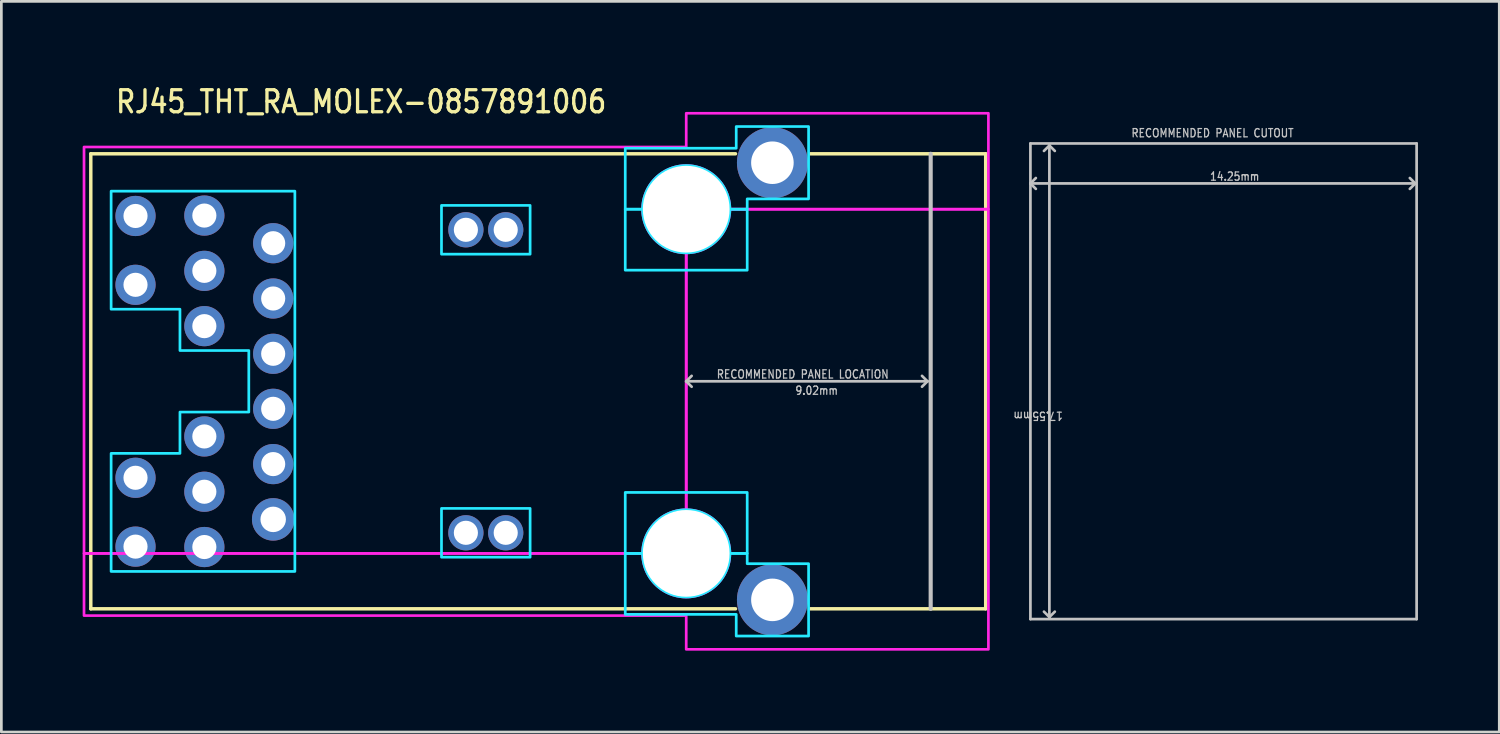
<source format=kicad_pcb>
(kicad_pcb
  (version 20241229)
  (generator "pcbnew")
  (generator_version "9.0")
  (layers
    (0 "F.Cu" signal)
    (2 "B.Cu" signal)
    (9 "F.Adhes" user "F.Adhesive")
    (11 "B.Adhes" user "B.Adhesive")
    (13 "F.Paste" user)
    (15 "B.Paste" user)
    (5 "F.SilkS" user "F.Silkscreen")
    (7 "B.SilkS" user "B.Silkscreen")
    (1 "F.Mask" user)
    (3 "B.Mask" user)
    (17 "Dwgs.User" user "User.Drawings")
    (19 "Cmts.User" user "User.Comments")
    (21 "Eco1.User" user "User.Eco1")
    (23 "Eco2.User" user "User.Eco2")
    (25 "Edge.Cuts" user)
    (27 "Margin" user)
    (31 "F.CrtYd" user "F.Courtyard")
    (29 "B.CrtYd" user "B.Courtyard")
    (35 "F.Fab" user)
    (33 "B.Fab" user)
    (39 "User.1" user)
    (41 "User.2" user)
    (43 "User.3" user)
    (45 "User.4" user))
  (footprint "RJ45_THT_RA_MOLEX-0857891006"
    (layer "F.Cu")
    (at 22.27 11.019)
    (property "Reference" "RJ45_THT_RA_MOLEX-0857891006" (at -21.11 -9.84 0) (unlocked yes) (layer "F.SilkS") (effects (font (size 0.813 0.695) (thickness 0.122)) (justify left bottom)))
    (fp_line (start -21.97 8.395) (end -21.97 -8.395) (stroke (width 0.127) (type solid)) (layer "F.SilkS"))
    (fp_line (start 1.82 -8.395) (end -21.97 -8.395) (stroke (width 0.127) (type solid)) (layer "F.SilkS"))
    (fp_line (start 1.82 8.395) (end -21.97 8.395) (stroke (width 0.127) (type solid)) (layer "F.SilkS"))
    (fp_line (start 11.05 -8.395) (end 4.57 -8.395) (stroke (width 0.127) (type solid)) (layer "F.SilkS"))
    (fp_line (start 11.05 -8.395) (end 11.05 8.395) (stroke (width 0.127) (type solid)) (layer "F.SilkS"))
    (fp_line (start 11.05 8.395) (end 4.57 8.395) (stroke (width 0.127) (type solid)) (layer "F.SilkS"))
    (fp_line (start 0 0) (end 0.2 -0.2) (stroke (width 0.1) (type solid)) (layer "Dwgs.User"))
    (fp_line (start 0 0) (end 0.2 0.2) (stroke (width 0.1) (type solid)) (layer "Dwgs.User"))
    (fp_line (start 0 0) (end 8.9 0) (stroke (width 0.1) (type solid)) (layer "Dwgs.User"))
    (fp_line (start 8.9 0) (end 8.7 -0.2) (stroke (width 0.1) (type solid)) (layer "Dwgs.User"))
    (fp_line (start 8.9 0) (end 8.7 0.2) (stroke (width 0.1) (type solid)) (layer "Dwgs.User"))
    (fp_line (start 9.02 -8.395) (end 9.02 8.395) (stroke (width 0.152) (type solid)) (layer "Dwgs.User"))
    (fp_line (start 12.7 -8.775) (end 26.95 -8.775) (stroke (width 0.1) (type solid)) (layer "Dwgs.User"))
    (fp_line (start 12.7 -7.3) (end 12.7 -8.775) (stroke (width 0.1) (type solid)) (layer "Dwgs.User"))
    (fp_line (start 12.7 -7.3) (end 12.9 -7.1) (stroke (width 0.1) (type solid)) (layer "Dwgs.User"))
    (fp_line (start 12.7 -7.3) (end 26.9 -7.3) (stroke (width 0.1) (type solid)) (layer "Dwgs.User"))
    (fp_line (start 12.7 8.775) (end 12.7 -7.3) (stroke (width 0.1) (type solid)) (layer "Dwgs.User"))
    (fp_line (start 12.9 -7.5) (end 12.7 -7.3) (stroke (width 0.1) (type solid)) (layer "Dwgs.User"))
    (fp_line (start 13.2 -8.5) (end 13.4 -8.7) (stroke (width 0.1) (type solid)) (layer "Dwgs.User"))
    (fp_line (start 13.4 -8.7) (end 13.4 8.7) (stroke (width 0.1) (type solid)) (layer "Dwgs.User"))
    (fp_line (start 13.4 -8.7) (end 13.6 -8.5) (stroke (width 0.1) (type solid)) (layer "Dwgs.User"))
    (fp_line (start 13.4 8.7) (end 13.2 8.5) (stroke (width 0.1) (type solid)) (layer "Dwgs.User"))
    (fp_line (start 13.4 8.7) (end 13.6 8.5) (stroke (width 0.1) (type solid)) (layer "Dwgs.User"))
    (fp_line (start 26.9 -7.3) (end 26.7 -7.5) (stroke (width 0.1) (type solid)) (layer "Dwgs.User"))
    (fp_line (start 26.9 -7.3) (end 26.7 -7.1) (stroke (width 0.1) (type solid)) (layer "Dwgs.User"))
    (fp_line (start 26.95 -8.775) (end 26.95 8.775) (stroke (width 0.1) (type solid)) (layer "Dwgs.User"))
    (fp_line (start 26.95 8.775) (end 12.7 8.775) (stroke (width 0.1) (type solid)) (layer "Dwgs.User"))
    (fp_poly (pts (xy -9.03 -6.49) (xy -5.76 -6.49) (xy -5.76 -4.69) (xy -9.03 -4.69)) (stroke (width 0.1) (type solid)) (fill no) (layer "B.CrtYd"))
    (fp_poly (pts (xy -9.03 4.69) (xy -5.76 4.69) (xy -5.76 6.49) (xy -9.03 6.49)) (stroke (width 0.1) (type solid)) (fill no) (layer "B.CrtYd"))
    (fp_poly (pts (xy -21.22 -7.015) (xy -21.22 -2.66) (xy -18.68 -2.66) (xy -18.68 -1.135) (xy -16.14 -1.135) (xy -16.14 1.135) (xy -18.68 1.135) (xy -18.68 2.66) (xy -21.22 2.66) (xy -21.22 7.015) (xy -14.44 7.015) (xy -14.44 -7.015)) (stroke (width 0.1) (type solid)) (fill no) (layer "B.CrtYd"))
    (fp_poly (pts (xy -2.25 4.1) (xy 2.25 4.1) (xy 2.25 6.35) (xy 1.61 6.35) (xy 1.61 6.35) (xy 1.61 6.325) (xy 1.61 6.325) (xy 1.609 6.3) (xy 1.609 6.299) (xy 1.608 6.274) (xy 1.608 6.274) (xy 1.607 6.249) (xy 1.607 6.249) (xy 1.605 6.224) (xy 1.605 6.224) (xy 1.603 6.199) (xy 1.603 6.198) (xy 1.6 6.173) (xy 1.6 6.173) (xy 1.597 6.148) (xy 1.597 6.148) (xy 1.594 6.123) (xy 1.594 6.123) (xy 1.59 6.098) (xy 1.59 6.098) (xy 1.586 6.073) (xy 1.586 6.073) (xy 1.581 6.048) (xy 1.581 6.048) (xy 1.577 6.024) (xy 1.577 6.023) (xy 1.571 5.999) (xy 1.571 5.999) (xy 1.566 5.974) (xy 1.565 5.974) (xy 1.559 5.95) (xy 1.559 5.95) (xy 1.553 5.925) (xy 1.553 5.925) (xy 1.546 5.901) (xy 1.546 5.901) (xy 1.539 5.877) (xy 1.539 5.877) (xy 1.531 5.853) (xy 1.531 5.852) (xy 1.523 5.829) (xy 1.523 5.828) (xy 1.515 5.805) (xy 1.515 5.805) (xy 1.506 5.781) (xy 1.506 5.781) (xy 1.497 5.757) (xy 1.497 5.757) (xy 1.487 5.734) (xy 1.487 5.734) (xy 1.478 5.711) (xy 1.478 5.711) (xy 1.467 5.688) (xy 1.467 5.687) (xy 1.457 5.665) (xy 1.457 5.664) (xy 1.446 5.642) (xy 1.446 5.642) (xy 1.435 5.619) (xy 1.434 5.619) (xy 1.423 5.597) (xy 1.423 5.597) (xy 1.411 5.574) (xy 1.411 5.574) (xy 1.399 5.552) (xy 1.398 5.552) (xy 1.386 5.531) (xy 1.386 5.53) (xy 1.373 5.509) (xy 1.373 5.509) (xy 1.359 5.487) (xy 1.359 5.487) (xy 1.346 5.466) (xy 1.346 5.466) (xy 1.332 5.445) (xy 1.332 5.445) (xy 1.317 5.424) (xy 1.317 5.424) (xy 1.303 5.404) (xy 1.302 5.404) (xy 1.288 5.383) (xy 1.287 5.383) (xy 1.272 5.363) (xy 1.272 5.363) (xy 1.257 5.343) (xy 1.256 5.343) (xy 1.241 5.324) (xy 1.24 5.324) (xy 1.224 5.304) (xy 1.224 5.304) (xy 1.208 5.285) (xy 1.208 5.285) (xy 1.191 5.267) (xy 1.191 5.266) (xy 1.174 5.248) (xy 1.174 5.248) (xy 1.156 5.23) (xy 1.156 5.23) (xy 1.138 5.212) (xy 1.138 5.212) (xy 1.12 5.194) (xy 1.12 5.194) (xy 1.102 5.176) (xy 1.102 5.176) (xy 1.084 5.159) (xy 1.083 5.159) (xy 1.065 5.142) (xy 1.065 5.142) (xy 1.046 5.126) (xy 1.046 5.126) (xy 1.026 5.11) (xy 1.026 5.109) (xy 1.007 5.094) (xy 1.007 5.093) (xy 0.987 5.078) (xy 0.987 5.078) (xy 0.967 5.063) (xy 0.967 5.062) (xy 0.946 5.048) (xy 0.946 5.047) (xy 0.926 5.033) (xy 0.926 5.033) (xy 0.905 5.018) (xy 0.905 5.018) (xy 0.884 5.004) (xy 0.884 5.004) (xy 0.863 4.991) (xy 0.863 4.991) (xy 0.841 4.977) (xy 0.841 4.977) (xy 0.82 4.964) (xy 0.819 4.964) (xy 0.798 4.952) (xy 0.798 4.951) (xy 0.776 4.939) (xy 0.776 4.939) (xy 0.753 4.927) (xy 0.753 4.927) (xy 0.731 4.916) (xy 0.731 4.915) (xy 0.708 4.904) (xy 0.708 4.904) (xy 0.686 4.893) (xy 0.685 4.893) (xy 0.663 4.883) (xy 0.662 4.883) (xy 0.639 4.872) (xy 0.639 4.872) (xy 0.616 4.863) (xy 0.616 4.863) (xy 0.593 4.853) (xy 0.593 4.853) (xy 0.569 4.844) (xy 0.569 4.844) (xy 0.545 4.835) (xy 0.545 4.835) (xy 0.522 4.827) (xy 0.521 4.827) (xy 0.498 4.819) (xy 0.497 4.819) (xy 0.473 4.811) (xy 0.473 4.811) (xy 0.449 4.804) (xy 0.449 4.804) (xy 0.425 4.797) (xy 0.425 4.797) (xy 0.4 4.791) (xy 0.4 4.791) (xy 0.376 4.785) (xy 0.376 4.784) (xy 0.351 4.779) (xy 0.351 4.779) (xy 0.327 4.773) (xy 0.326 4.773) (xy 0.302 4.769) (xy 0.302 4.769) (xy 0.277 4.764) (xy 0.277 4.764) (xy 0.252 4.76) (xy 0.252 4.76) (xy 0.227 4.756) (xy 0.227 4.756) (xy 0.202 4.753) (xy 0.202 4.753) (xy 0.177 4.75) (xy 0.177 4.75) (xy 0.152 4.747) (xy 0.151 4.747) (xy 0.126 4.745) (xy 0.126 4.745) (xy 0.101 4.743) (xy 0.101 4.743) (xy 0.076 4.742) (xy 0.076 4.742) (xy 0.051 4.741) (xy 0.05 4.741) (xy 0.025 4.74) (xy 0.025 4.74) (xy 0.000078 4.74) (xy -0.000078 4.74) (xy -0.025 4.74) (xy -0.025 4.74) (xy -0.05 4.741) (xy -0.051 4.741) (xy -0.076 4.742) (xy -0.076 4.742) (xy -0.101 4.743) (xy -0.101 4.743) (xy -0.126 4.745) (xy -0.126 4.745) (xy -0.151 4.747) (xy -0.152 4.747) (xy -0.177 4.75) (xy -0.177 4.75) (xy -0.202 4.753) (xy -0.202 4.753) (xy -0.227 4.756) (xy -0.227 4.756) (xy -0.252 4.76) (xy -0.252 4.76) (xy -0.277 4.764) (xy -0.277 4.764) (xy -0.302 4.769) (xy -0.302 4.769) (xy -0.326 4.773) (xy -0.327 4.773) (xy -0.351 4.779) (xy -0.351 4.779) (xy -0.376 4.784) (xy -0.376 4.785) (xy -0.4 4.791) (xy -0.4 4.791) (xy -0.425 4.797) (xy -0.425 4.797) (xy -0.449 4.804) (xy -0.449 4.804) (xy -0.473 4.811) (xy -0.473 4.811) (xy -0.497 4.819) (xy -0.498 4.819) (xy -0.521 4.827) (xy -0.522 4.827) (xy -0.545 4.835) (xy -0.545 4.835) (xy -0.569 4.844) (xy -0.569 4.844) (xy -0.593 4.853) (xy -0.593 4.853) (xy -0.616 4.863) (xy -0.616 4.863) (xy -0.639 4.872) (xy -0.639 4.872) (xy -0.662 4.883) (xy -0.663 4.883) (xy -0.685 4.893) (xy -0.686 4.893) (xy -0.708 4.904) (xy -0.708 4.904) (xy -0.731 4.915) (xy -0.731 4.916) (xy -0.753 4.927) (xy -0.753 4.927) (xy -0.776 4.939) (xy -0.776 4.939) (xy -0.798 4.951) (xy -0.798 4.952) (xy -0.819 4.964) (xy -0.82 4.964) (xy -0.841 4.977) (xy -0.841 4.977) (xy -0.863 4.991) (xy -0.863 4.991) (xy -0.884 5.004) (xy -0.884 5.004) (xy -0.905 5.018) (xy -0.905 5.018) (xy -0.926 5.033) (xy -0.926 5.033) (xy -0.946 5.047) (xy -0.946 5.048) (xy -0.967 5.062) (xy -0.967 5.063) (xy -0.987 5.078) (xy -0.987 5.078) (xy -1.007 5.093) (xy -1.007 5.094) (xy -1.026 5.109) (xy -1.026 5.11) (xy -1.046 5.126) (xy -1.046 5.126) (xy -1.065 5.142) (xy -1.065 5.142) (xy -1.083 5.159) (xy -1.084 5.159) (xy -1.102 5.176) (xy -1.102 5.176) (xy -1.12 5.194) (xy -1.12 5.194) (xy -1.138 5.212) (xy -1.138 5.212) (xy -1.156 5.23) (xy -1.156 5.23) (xy -1.174 5.248) (xy -1.174 5.248) (xy -1.191 5.266) (xy -1.191 5.267) (xy -1.208 5.285) (xy -1.208 5.285) (xy -1.224 5.304) (xy -1.224 5.304) (xy -1.24 5.324) (xy -1.241 5.324) (xy -1.256 5.343) (xy -1.257 5.343) (xy -1.272 5.363) (xy -1.272 5.363) (xy -1.287 5.383) (xy -1.288 5.383) (xy -1.302 5.404) (xy -1.303 5.404) (xy -1.317 5.424) (xy -1.317 5.424) (xy -1.332 5.445) (xy -1.332 5.445) (xy -1.346 5.466) (xy -1.346 5.466) (xy -1.359 5.487) (xy -1.359 5.487) (xy -1.373 5.509) (xy -1.373 5.509) (xy -1.386 5.53) (xy -1.386 5.531) (xy -1.398 5.552) (xy -1.399 5.552) (xy -1.411 5.574) (xy -1.411 5.574) (xy -1.423 5.597) (xy -1.423 5.597) (xy -1.434 5.619) (xy -1.435 5.619) (xy -1.446 5.642) (xy -1.446 5.642) (xy -1.457 5.664) (xy -1.457 5.665) (xy -1.467 5.687) (xy -1.467 5.688) (xy -1.478 5.711) (xy -1.478 5.711) (xy -1.487 5.734) (xy -1.487 5.734) (xy -1.497 5.757) (xy -1.497 5.757) (xy -1.506 5.781) (xy -1.506 5.781) (xy -1.515 5.805) (xy -1.515 5.805) (xy -1.523 5.828) (xy -1.523 5.829) (xy -1.531 5.852) (xy -1.531 5.853) (xy -1.539 5.877) (xy -1.539 5.877) (xy -1.546 5.901) (xy -1.546 5.901) (xy -1.553 5.925) (xy -1.553 5.925) (xy -1.559 5.95) (xy -1.559 5.95) (xy -1.565 5.974) (xy -1.566 5.974) (xy -1.571 5.999) (xy -1.571 5.999) (xy -1.577 6.023) (xy -1.577 6.024) (xy -1.581 6.048) (xy -1.581 6.048) (xy -1.586 6.073) (xy -1.586 6.073) (xy -1.59 6.098) (xy -1.59 6.098) (xy -1.594 6.123) (xy -1.594 6.123) (xy -1.597 6.148) (xy -1.597 6.148) (xy -1.6 6.173) (xy -1.6 6.173) (xy -1.603 6.198) (xy -1.603 6.199) (xy -1.605 6.224) (xy -1.605 6.224) (xy -1.607 6.249) (xy -1.607 6.249) (xy -1.608 6.274) (xy -1.608 6.274) (xy -1.609 6.299) (xy -1.609 6.3) (xy -1.61 6.325) (xy -1.61 6.325) (xy -1.61 6.35) (xy -1.61 6.35) (xy -2.25 6.35)) (stroke (width 0.1) (type solid)) (fill no) (layer "B.CrtYd"))
    (fp_poly (pts (xy 2.25 -6.35) (xy 2.25 -4.1) (xy -2.25 -4.1) (xy -2.25 -6.35) (xy -1.61 -6.35) (xy -1.61 -6.35) (xy -1.61 -6.325) (xy -1.61 -6.325) (xy -1.609 -6.3) (xy -1.609 -6.299) (xy -1.608 -6.274) (xy -1.608 -6.274) (xy -1.607 -6.249) (xy -1.607 -6.249) (xy -1.605 -6.224) (xy -1.605 -6.224) (xy -1.603 -6.199) (xy -1.603 -6.198) (xy -1.6 -6.173) (xy -1.6 -6.173) (xy -1.597 -6.148) (xy -1.597 -6.148) (xy -1.594 -6.123) (xy -1.594 -6.123) (xy -1.59 -6.098) (xy -1.59 -6.098) (xy -1.586 -6.073) (xy -1.586 -6.073) (xy -1.581 -6.048) (xy -1.581 -6.048) (xy -1.577 -6.024) (xy -1.577 -6.023) (xy -1.571 -5.999) (xy -1.571 -5.999) (xy -1.566 -5.974) (xy -1.565 -5.974) (xy -1.559 -5.95) (xy -1.559 -5.95) (xy -1.553 -5.925) (xy -1.553 -5.925) (xy -1.546 -5.901) (xy -1.546 -5.901) (xy -1.539 -5.877) (xy -1.539 -5.877) (xy -1.531 -5.853) (xy -1.531 -5.852) (xy -1.523 -5.829) (xy -1.523 -5.828) (xy -1.515 -5.805) (xy -1.515 -5.805) (xy -1.506 -5.781) (xy -1.506 -5.781) (xy -1.497 -5.757) (xy -1.497 -5.757) (xy -1.487 -5.734) (xy -1.487 -5.734) (xy -1.478 -5.711) (xy -1.478 -5.711) (xy -1.467 -5.688) (xy -1.467 -5.687) (xy -1.457 -5.665) (xy -1.457 -5.664) (xy -1.446 -5.642) (xy -1.446 -5.642) (xy -1.435 -5.619) (xy -1.434 -5.619) (xy -1.423 -5.597) (xy -1.423 -5.597) (xy -1.411 -5.574) (xy -1.411 -5.574) (xy -1.399 -5.552) (xy -1.398 -5.552) (xy -1.386 -5.531) (xy -1.386 -5.53) (xy -1.373 -5.509) (xy -1.373 -5.509) (xy -1.359 -5.487) (xy -1.359 -5.487) (xy -1.346 -5.466) (xy -1.346 -5.466) (xy -1.332 -5.445) (xy -1.332 -5.445) (xy -1.317 -5.424) (xy -1.317 -5.424) (xy -1.303 -5.404) (xy -1.302 -5.404) (xy -1.288 -5.383) (xy -1.287 -5.383) (xy -1.272 -5.363) (xy -1.272 -5.363) (xy -1.257 -5.343) (xy -1.256 -5.343) (xy -1.241 -5.324) (xy -1.24 -5.324) (xy -1.224 -5.304) (xy -1.224 -5.304) (xy -1.208 -5.285) (xy -1.208 -5.285) (xy -1.191 -5.267) (xy -1.191 -5.266) (xy -1.174 -5.248) (xy -1.174 -5.248) (xy -1.156 -5.23) (xy -1.156 -5.23) (xy -1.138 -5.212) (xy -1.138 -5.212) (xy -1.12 -5.194) (xy -1.12 -5.194) (xy -1.102 -5.176) (xy -1.102 -5.176) (xy -1.084 -5.159) (xy -1.083 -5.159) (xy -1.065 -5.142) (xy -1.065 -5.142) (xy -1.046 -5.126) (xy -1.046 -5.126) (xy -1.026 -5.11) (xy -1.026 -5.109) (xy -1.007 -5.094) (xy -1.007 -5.093) (xy -0.987 -5.078) (xy -0.987 -5.078) (xy -0.967 -5.063) (xy -0.967 -5.062) (xy -0.946 -5.048) (xy -0.946 -5.047) (xy -0.926 -5.033) (xy -0.926 -5.033) (xy -0.905 -5.018) (xy -0.905 -5.018) (xy -0.884 -5.004) (xy -0.884 -5.004) (xy -0.863 -4.991) (xy -0.863 -4.991) (xy -0.841 -4.977) (xy -0.841 -4.977) (xy -0.82 -4.964) (xy -0.819 -4.964) (xy -0.798 -4.952) (xy -0.798 -4.951) (xy -0.776 -4.939) (xy -0.776 -4.939) (xy -0.753 -4.927) (xy -0.753 -4.927) (xy -0.731 -4.916) (xy -0.731 -4.915) (xy -0.708 -4.904) (xy -0.708 -4.904) (xy -0.686 -4.893) (xy -0.685 -4.893) (xy -0.663 -4.883) (xy -0.662 -4.883) (xy -0.639 -4.872) (xy -0.639 -4.872) (xy -0.616 -4.863) (xy -0.616 -4.863) (xy -0.593 -4.853) (xy -0.593 -4.853) (xy -0.569 -4.844) (xy -0.569 -4.844) (xy -0.545 -4.835) (xy -0.545 -4.835) (xy -0.522 -4.827) (xy -0.521 -4.827) (xy -0.498 -4.819) (xy -0.497 -4.819) (xy -0.473 -4.811) (xy -0.473 -4.811) (xy -0.449 -4.804) (xy -0.449 -4.804) (xy -0.425 -4.797) (xy -0.425 -4.797) (xy -0.4 -4.791) (xy -0.4 -4.791) (xy -0.376 -4.785) (xy -0.376 -4.784) (xy -0.351 -4.779) (xy -0.351 -4.779) (xy -0.327 -4.773) (xy -0.326 -4.773) (xy -0.302 -4.769) (xy -0.302 -4.769) (xy -0.277 -4.764) (xy -0.277 -4.764) (xy -0.252 -4.76) (xy -0.252 -4.76) (xy -0.227 -4.756) (xy -0.227 -4.756) (xy -0.202 -4.753) (xy -0.202 -4.753) (xy -0.177 -4.75) (xy -0.177 -4.75) (xy -0.152 -4.747) (xy -0.151 -4.747) (xy -0.126 -4.745) (xy -0.126 -4.745) (xy -0.101 -4.743) (xy -0.101 -4.743) (xy -0.076 -4.742) (xy -0.076 -4.742) (xy -0.051 -4.741) (xy -0.05 -4.741) (xy -0.025 -4.74) (xy -0.025 -4.74) (xy -0.000078 -4.74) (xy 0.000078 -4.74) (xy 0.025 -4.74) (xy 0.025 -4.74) (xy 0.05 -4.741) (xy 0.051 -4.741) (xy 0.076 -4.742) (xy 0.076 -4.742) (xy 0.101 -4.743) (xy 0.101 -4.743) (xy 0.126 -4.745) (xy 0.126 -4.745) (xy 0.151 -4.747) (xy 0.152 -4.747) (xy 0.177 -4.75) (xy 0.177 -4.75) (xy 0.202 -4.753) (xy 0.202 -4.753) (xy 0.227 -4.756) (xy 0.227 -4.756) (xy 0.252 -4.76) (xy 0.252 -4.76) (xy 0.277 -4.764) (xy 0.277 -4.764) (xy 0.302 -4.769) (xy 0.302 -4.769) (xy 0.326 -4.773) (xy 0.327 -4.773) (xy 0.351 -4.779) (xy 0.351 -4.779) (xy 0.376 -4.784) (xy 0.376 -4.785) (xy 0.4 -4.791) (xy 0.4 -4.791) (xy 0.425 -4.797) (xy 0.425 -4.797) (xy 0.449 -4.804) (xy 0.449 -4.804) (xy 0.473 -4.811) (xy 0.473 -4.811) (xy 0.497 -4.819) (xy 0.498 -4.819) (xy 0.521 -4.827) (xy 0.522 -4.827) (xy 0.545 -4.835) (xy 0.545 -4.835) (xy 0.569 -4.844) (xy 0.569 -4.844) (xy 0.593 -4.853) (xy 0.593 -4.853) (xy 0.616 -4.863) (xy 0.616 -4.863) (xy 0.639 -4.872) (xy 0.639 -4.872) (xy 0.662 -4.883) (xy 0.663 -4.883) (xy 0.685 -4.893) (xy 0.686 -4.893) (xy 0.708 -4.904) (xy 0.708 -4.904) (xy 0.731 -4.915) (xy 0.731 -4.916) (xy 0.753 -4.927) (xy 0.753 -4.927) (xy 0.776 -4.939) (xy 0.776 -4.939) (xy 0.798 -4.951) (xy 0.798 -4.952) (xy 0.819 -4.964) (xy 0.82 -4.964) (xy 0.841 -4.977) (xy 0.841 -4.977) (xy 0.863 -4.991) (xy 0.863 -4.991) (xy 0.884 -5.004) (xy 0.884 -5.004) (xy 0.905 -5.018) (xy 0.905 -5.018) (xy 0.926 -5.033) (xy 0.926 -5.033) (xy 0.946 -5.047) (xy 0.946 -5.048) (xy 0.967 -5.062) (xy 0.967 -5.063) (xy 0.987 -5.078) (xy 0.987 -5.078) (xy 1.007 -5.093) (xy 1.007 -5.094) (xy 1.026 -5.109) (xy 1.026 -5.11) (xy 1.046 -5.126) (xy 1.046 -5.126) (xy 1.065 -5.142) (xy 1.065 -5.142) (xy 1.083 -5.159) (xy 1.084 -5.159) (xy 1.102 -5.176) (xy 1.102 -5.176) (xy 1.12 -5.194) (xy 1.12 -5.194) (xy 1.138 -5.212) (xy 1.138 -5.212) (xy 1.156 -5.23) (xy 1.156 -5.23) (xy 1.174 -5.248) (xy 1.174 -5.248) (xy 1.191 -5.266) (xy 1.191 -5.267) (xy 1.208 -5.285) (xy 1.208 -5.285) (xy 1.224 -5.304) (xy 1.224 -5.304) (xy 1.24 -5.324) (xy 1.241 -5.324) (xy 1.256 -5.343) (xy 1.257 -5.343) (xy 1.272 -5.363) (xy 1.272 -5.363) (xy 1.287 -5.383) (xy 1.288 -5.383) (xy 1.302 -5.404) (xy 1.303 -5.404) (xy 1.317 -5.424) (xy 1.317 -5.424) (xy 1.332 -5.445) (xy 1.332 -5.445) (xy 1.346 -5.466) (xy 1.346 -5.466) (xy 1.359 -5.487) (xy 1.359 -5.487) (xy 1.373 -5.509) (xy 1.373 -5.509) (xy 1.386 -5.53) (xy 1.386 -5.531) (xy 1.398 -5.552) (xy 1.399 -5.552) (xy 1.411 -5.574) (xy 1.411 -5.574) (xy 1.423 -5.597) (xy 1.423 -5.597) (xy 1.434 -5.619) (xy 1.435 -5.619) (xy 1.446 -5.642) (xy 1.446 -5.642) (xy 1.457 -5.664) (xy 1.457 -5.665) (xy 1.467 -5.687) (xy 1.467 -5.688) (xy 1.478 -5.711) (xy 1.478 -5.711) (xy 1.487 -5.734) (xy 1.487 -5.734) (xy 1.497 -5.757) (xy 1.497 -5.757) (xy 1.506 -5.781) (xy 1.506 -5.781) (xy 1.515 -5.805) (xy 1.515 -5.805) (xy 1.523 -5.828) (xy 1.523 -5.829) (xy 1.531 -5.852) (xy 1.531 -5.853) (xy 1.539 -5.877) (xy 1.539 -5.877) (xy 1.546 -5.901) (xy 1.546 -5.901) (xy 1.553 -5.925) (xy 1.553 -5.925) (xy 1.559 -5.95) (xy 1.559 -5.95) (xy 1.565 -5.974) (xy 1.566 -5.974) (xy 1.571 -5.999) (xy 1.571 -5.999) (xy 1.577 -6.023) (xy 1.577 -6.024) (xy 1.581 -6.048) (xy 1.581 -6.048) (xy 1.586 -6.073) (xy 1.586 -6.073) (xy 1.59 -6.098) (xy 1.59 -6.098) (xy 1.594 -6.123) (xy 1.594 -6.123) (xy 1.597 -6.148) (xy 1.597 -6.148) (xy 1.6 -6.173) (xy 1.6 -6.173) (xy 1.603 -6.198) (xy 1.603 -6.199) (xy 1.605 -6.224) (xy 1.605 -6.224) (xy 1.607 -6.249) (xy 1.607 -6.249) (xy 1.608 -6.274) (xy 1.608 -6.274) (xy 1.609 -6.299) (xy 1.609 -6.3) (xy 1.61 -6.325) (xy 1.61 -6.325) (xy 1.61 -6.35) (xy 1.61 -6.35)) (stroke (width 0.1) (type solid)) (fill no) (layer "B.CrtYd"))
    (fp_poly (pts (xy 1.845 -8.6) (xy 1.845 -9.4) (xy 4.515 -9.4) (xy 4.515 -6.73) (xy 2.25 -6.73) (xy 2.25 -6.35) (xy 1.61 -6.35) (xy 1.61 -6.35) (xy 1.61 -6.375) (xy 1.61 -6.375) (xy 1.609 -6.4) (xy 1.609 -6.401) (xy 1.608 -6.426) (xy 1.608 -6.426) (xy 1.607 -6.451) (xy 1.607 -6.451) (xy 1.605 -6.476) (xy 1.605 -6.476) (xy 1.603 -6.501) (xy 1.603 -6.502) (xy 1.6 -6.527) (xy 1.6 -6.527) (xy 1.597 -6.552) (xy 1.597 -6.552) (xy 1.594 -6.577) (xy 1.594 -6.577) (xy 1.59 -6.602) (xy 1.59 -6.602) (xy 1.586 -6.627) (xy 1.586 -6.627) (xy 1.581 -6.652) (xy 1.581 -6.652) (xy 1.577 -6.676) (xy 1.577 -6.677) (xy 1.571 -6.701) (xy 1.571 -6.701) (xy 1.566 -6.726) (xy 1.565 -6.726) (xy 1.559 -6.75) (xy 1.559 -6.75) (xy 1.553 -6.775) (xy 1.553 -6.775) (xy 1.546 -6.799) (xy 1.546 -6.799) (xy 1.539 -6.823) (xy 1.539 -6.823) (xy 1.531 -6.847) (xy 1.531 -6.848) (xy 1.523 -6.871) (xy 1.523 -6.872) (xy 1.515 -6.895) (xy 1.515 -6.895) (xy 1.506 -6.919) (xy 1.506 -6.919) (xy 1.497 -6.943) (xy 1.497 -6.943) (xy 1.487 -6.966) (xy 1.487 -6.966) (xy 1.478 -6.989) (xy 1.478 -6.989) (xy 1.467 -7.012) (xy 1.467 -7.013) (xy 1.457 -7.035) (xy 1.457 -7.036) (xy 1.446 -7.058) (xy 1.446 -7.058) (xy 1.435 -7.081) (xy 1.434 -7.081) (xy 1.423 -7.103) (xy 1.423 -7.103) (xy 1.411 -7.126) (xy 1.411 -7.126) (xy 1.399 -7.148) (xy 1.398 -7.148) (xy 1.386 -7.169) (xy 1.386 -7.17) (xy 1.373 -7.191) (xy 1.373 -7.191) (xy 1.359 -7.213) (xy 1.359 -7.213) (xy 1.346 -7.234) (xy 1.346 -7.234) (xy 1.332 -7.255) (xy 1.332 -7.255) (xy 1.317 -7.276) (xy 1.317 -7.276) (xy 1.303 -7.296) (xy 1.302 -7.296) (xy 1.288 -7.317) (xy 1.287 -7.317) (xy 1.272 -7.337) (xy 1.272 -7.337) (xy 1.257 -7.357) (xy 1.256 -7.357) (xy 1.241 -7.376) (xy 1.24 -7.376) (xy 1.224 -7.396) (xy 1.224 -7.396) (xy 1.208 -7.415) (xy 1.208 -7.415) (xy 1.191 -7.433) (xy 1.191 -7.434) (xy 1.174 -7.452) (xy 1.174 -7.452) (xy 1.156 -7.47) (xy 1.156 -7.47) (xy 1.138 -7.488) (xy 1.138 -7.488) (xy 1.12 -7.506) (xy 1.12 -7.506) (xy 1.102 -7.524) (xy 1.102 -7.524) (xy 1.084 -7.541) (xy 1.083 -7.541) (xy 1.065 -7.558) (xy 1.065 -7.558) (xy 1.046 -7.574) (xy 1.046 -7.574) (xy 1.026 -7.59) (xy 1.026 -7.591) (xy 1.007 -7.606) (xy 1.007 -7.607) (xy 0.987 -7.622) (xy 0.987 -7.622) (xy 0.967 -7.637) (xy 0.967 -7.638) (xy 0.946 -7.652) (xy 0.946 -7.653) (xy 0.926 -7.667) (xy 0.926 -7.667) (xy 0.905 -7.682) (xy 0.905 -7.682) (xy 0.884 -7.696) (xy 0.884 -7.696) (xy 0.863 -7.709) (xy 0.863 -7.709) (xy 0.841 -7.723) (xy 0.841 -7.723) (xy 0.82 -7.736) (xy 0.819 -7.736) (xy 0.798 -7.748) (xy 0.798 -7.749) (xy 0.776 -7.761) (xy 0.776 -7.761) (xy 0.753 -7.773) (xy 0.753 -7.773) (xy 0.731 -7.784) (xy 0.731 -7.785) (xy 0.708 -7.796) (xy 0.708 -7.796) (xy 0.686 -7.807) (xy 0.685 -7.807) (xy 0.663 -7.817) (xy 0.662 -7.817) (xy 0.639 -7.828) (xy 0.639 -7.828) (xy 0.616 -7.837) (xy 0.616 -7.837) (xy 0.593 -7.847) (xy 0.593 -7.847) (xy 0.569 -7.856) (xy 0.569 -7.856) (xy 0.545 -7.865) (xy 0.545 -7.865) (xy 0.522 -7.873) (xy 0.521 -7.873) (xy 0.498 -7.881) (xy 0.497 -7.881) (xy 0.473 -7.889) (xy 0.473 -7.889) (xy 0.449 -7.896) (xy 0.449 -7.896) (xy 0.425 -7.903) (xy 0.425 -7.903) (xy 0.4 -7.909) (xy 0.4 -7.909) (xy 0.376 -7.915) (xy 0.376 -7.916) (xy 0.351 -7.921) (xy 0.351 -7.921) (xy 0.327 -7.927) (xy 0.326 -7.927) (xy 0.302 -7.931) (xy 0.302 -7.931) (xy 0.277 -7.936) (xy 0.277 -7.936) (xy 0.252 -7.94) (xy 0.252 -7.94) (xy 0.227 -7.944) (xy 0.227 -7.944) (xy 0.202 -7.947) (xy 0.202 -7.947) (xy 0.177 -7.95) (xy 0.177 -7.95) (xy 0.152 -7.953) (xy 0.151 -7.953) (xy 0.126 -7.955) (xy 0.126 -7.955) (xy 0.101 -7.957) (xy 0.101 -7.957) (xy 0.076 -7.958) (xy 0.076 -7.958) (xy 0.051 -7.959) (xy 0.05 -7.959) (xy 0.025 -7.96) (xy 0.025 -7.96) (xy 0.000078 -7.96) (xy -0.000078 -7.96) (xy -0.025 -7.96) (xy -0.025 -7.96) (xy -0.05 -7.959) (xy -0.051 -7.959) (xy -0.076 -7.958) (xy -0.076 -7.958) (xy -0.101 -7.957) (xy -0.101 -7.957) (xy -0.126 -7.955) (xy -0.126 -7.955) (xy -0.151 -7.953) (xy -0.152 -7.953) (xy -0.177 -7.95) (xy -0.177 -7.95) (xy -0.202 -7.947) (xy -0.202 -7.947) (xy -0.227 -7.944) (xy -0.227 -7.944) (xy -0.252 -7.94) (xy -0.252 -7.94) (xy -0.277 -7.936) (xy -0.277 -7.936) (xy -0.302 -7.931) (xy -0.302 -7.931) (xy -0.326 -7.927) (xy -0.327 -7.927) (xy -0.351 -7.921) (xy -0.351 -7.921) (xy -0.376 -7.916) (xy -0.376 -7.915) (xy -0.4 -7.909) (xy -0.4 -7.909) (xy -0.425 -7.903) (xy -0.425 -7.903) (xy -0.449 -7.896) (xy -0.449 -7.896) (xy -0.473 -7.889) (xy -0.473 -7.889) (xy -0.497 -7.881) (xy -0.498 -7.881) (xy -0.521 -7.873) (xy -0.522 -7.873) (xy -0.545 -7.865) (xy -0.545 -7.865) (xy -0.569 -7.856) (xy -0.569 -7.856) (xy -0.593 -7.847) (xy -0.593 -7.847) (xy -0.616 -7.837) (xy -0.616 -7.837) (xy -0.639 -7.828) (xy -0.639 -7.828) (xy -0.662 -7.817) (xy -0.663 -7.817) (xy -0.685 -7.807) (xy -0.686 -7.807) (xy -0.708 -7.796) (xy -0.708 -7.796) (xy -0.731 -7.785) (xy -0.731 -7.784) (xy -0.753 -7.773) (xy -0.753 -7.773) (xy -0.776 -7.761) (xy -0.776 -7.761) (xy -0.798 -7.749) (xy -0.798 -7.748) (xy -0.819 -7.736) (xy -0.82 -7.736) (xy -0.841 -7.723) (xy -0.841 -7.723) (xy -0.863 -7.709) (xy -0.863 -7.709) (xy -0.884 -7.696) (xy -0.884 -7.696) (xy -0.905 -7.682) (xy -0.905 -7.682) (xy -0.926 -7.667) (xy -0.926 -7.667) (xy -0.946 -7.653) (xy -0.946 -7.652) (xy -0.967 -7.638) (xy -0.967 -7.637) (xy -0.987 -7.622) (xy -0.987 -7.622) (xy -1.007 -7.607) (xy -1.007 -7.606) (xy -1.026 -7.591) (xy -1.026 -7.59) (xy -1.046 -7.574) (xy -1.046 -7.574) (xy -1.065 -7.558) (xy -1.065 -7.558) (xy -1.083 -7.541) (xy -1.084 -7.541) (xy -1.102 -7.524) (xy -1.102 -7.524) (xy -1.12 -7.506) (xy -1.12 -7.506) (xy -1.138 -7.488) (xy -1.138 -7.488) (xy -1.156 -7.47) (xy -1.156 -7.47) (xy -1.174 -7.452) (xy -1.174 -7.452) (xy -1.191 -7.434) (xy -1.191 -7.433) (xy -1.208 -7.415) (xy -1.208 -7.415) (xy -1.224 -7.396) (xy -1.224 -7.396) (xy -1.24 -7.376) (xy -1.241 -7.376) (xy -1.256 -7.357) (xy -1.257 -7.357) (xy -1.272 -7.337) (xy -1.272 -7.337) (xy -1.287 -7.317) (xy -1.288 -7.317) (xy -1.302 -7.296) (xy -1.303 -7.296) (xy -1.317 -7.276) (xy -1.317 -7.276) (xy -1.332 -7.255) (xy -1.332 -7.255) (xy -1.346 -7.234) (xy -1.346 -7.234) (xy -1.359 -7.213) (xy -1.359 -7.213) (xy -1.373 -7.191) (xy -1.373 -7.191) (xy -1.386 -7.17) (xy -1.386 -7.169) (xy -1.398 -7.148) (xy -1.399 -7.148) (xy -1.411 -7.126) (xy -1.411 -7.126) (xy -1.423 -7.103) (xy -1.423 -7.103) (xy -1.434 -7.081) (xy -1.435 -7.081) (xy -1.446 -7.058) (xy -1.446 -7.058) (xy -1.457 -7.036) (xy -1.457 -7.035) (xy -1.467 -7.013) (xy -1.467 -7.012) (xy -1.478 -6.989) (xy -1.478 -6.989) (xy -1.487 -6.966) (xy -1.487 -6.966) (xy -1.497 -6.943) (xy -1.497 -6.943) (xy -1.506 -6.919) (xy -1.506 -6.919) (xy -1.515 -6.895) (xy -1.515 -6.895) (xy -1.523 -6.872) (xy -1.523 -6.871) (xy -1.531 -6.848) (xy -1.531 -6.847) (xy -1.539 -6.823) (xy -1.539 -6.823) (xy -1.546 -6.799) (xy -1.546 -6.799) (xy -1.553 -6.775) (xy -1.553 -6.775) (xy -1.559 -6.75) (xy -1.559 -6.75) (xy -1.565 -6.726) (xy -1.566 -6.726) (xy -1.571 -6.701) (xy -1.571 -6.701) (xy -1.577 -6.677) (xy -1.577 -6.676) (xy -1.581 -6.652) (xy -1.581 -6.652) (xy -1.586 -6.627) (xy -1.586 -6.627) (xy -1.59 -6.602) (xy -1.59 -6.602) (xy -1.594 -6.577) (xy -1.594 -6.577) (xy -1.597 -6.552) (xy -1.597 -6.552) (xy -1.6 -6.527) (xy -1.6 -6.527) (xy -1.603 -6.502) (xy -1.603 -6.501) (xy -1.605 -6.476) (xy -1.605 -6.476) (xy -1.607 -6.451) (xy -1.607 -6.451) (xy -1.608 -6.426) (xy -1.608 -6.426) (xy -1.609 -6.401) (xy -1.609 -6.4) (xy -1.61 -6.375) (xy -1.61 -6.375) (xy -1.61 -6.35) (xy -1.61 -6.35) (xy -2.25 -6.35) (xy -2.25 -8.6)) (stroke (width 0.1) (type solid)) (fill no) (layer "B.CrtYd"))
    (fp_poly (pts (xy 2.25 6.35) (xy 2.25 6.73) (xy 4.515 6.73) (xy 4.515 9.4) (xy 1.845 9.4) (xy 1.845 8.6) (xy -2.25 8.6) (xy -2.25 6.35) (xy -1.61 6.35) (xy -1.61 6.35) (xy -1.61 6.375) (xy -1.61 6.375) (xy -1.609 6.4) (xy -1.609 6.401) (xy -1.608 6.426) (xy -1.608 6.426) (xy -1.607 6.451) (xy -1.607 6.451) (xy -1.605 6.476) (xy -1.605 6.476) (xy -1.603 6.501) (xy -1.603 6.502) (xy -1.6 6.527) (xy -1.6 6.527) (xy -1.597 6.552) (xy -1.597 6.552) (xy -1.594 6.577) (xy -1.594 6.577) (xy -1.59 6.602) (xy -1.59 6.602) (xy -1.586 6.627) (xy -1.586 6.627) (xy -1.581 6.652) (xy -1.581 6.652) (xy -1.577 6.676) (xy -1.577 6.677) (xy -1.571 6.701) (xy -1.571 6.701) (xy -1.566 6.726) (xy -1.565 6.726) (xy -1.559 6.75) (xy -1.559 6.75) (xy -1.553 6.775) (xy -1.553 6.775) (xy -1.546 6.799) (xy -1.546 6.799) (xy -1.539 6.823) (xy -1.539 6.823) (xy -1.531 6.847) (xy -1.531 6.848) (xy -1.523 6.871) (xy -1.523 6.872) (xy -1.515 6.895) (xy -1.515 6.895) (xy -1.506 6.919) (xy -1.506 6.919) (xy -1.497 6.943) (xy -1.497 6.943) (xy -1.487 6.966) (xy -1.487 6.966) (xy -1.478 6.989) (xy -1.478 6.989) (xy -1.467 7.012) (xy -1.467 7.013) (xy -1.457 7.035) (xy -1.457 7.036) (xy -1.446 7.058) (xy -1.446 7.058) (xy -1.435 7.081) (xy -1.434 7.081) (xy -1.423 7.103) (xy -1.423 7.103) (xy -1.411 7.126) (xy -1.411 7.126) (xy -1.399 7.148) (xy -1.398 7.148) (xy -1.386 7.169) (xy -1.386 7.17) (xy -1.373 7.191) (xy -1.373 7.191) (xy -1.359 7.213) (xy -1.359 7.213) (xy -1.346 7.234) (xy -1.346 7.234) (xy -1.332 7.255) (xy -1.332 7.255) (xy -1.317 7.276) (xy -1.317 7.276) (xy -1.303 7.296) (xy -1.302 7.296) (xy -1.288 7.317) (xy -1.287 7.317) (xy -1.272 7.337) (xy -1.272 7.337) (xy -1.257 7.357) (xy -1.256 7.357) (xy -1.241 7.376) (xy -1.24 7.376) (xy -1.224 7.396) (xy -1.224 7.396) (xy -1.208 7.415) (xy -1.208 7.415) (xy -1.191 7.433) (xy -1.191 7.434) (xy -1.174 7.452) (xy -1.174 7.452) (xy -1.156 7.47) (xy -1.156 7.47) (xy -1.138 7.488) (xy -1.138 7.488) (xy -1.12 7.506) (xy -1.12 7.506) (xy -1.102 7.524) (xy -1.102 7.524) (xy -1.084 7.541) (xy -1.083 7.541) (xy -1.065 7.558) (xy -1.065 7.558) (xy -1.046 7.574) (xy -1.046 7.574) (xy -1.026 7.59) (xy -1.026 7.591) (xy -1.007 7.606) (xy -1.007 7.607) (xy -0.987 7.622) (xy -0.987 7.622) (xy -0.967 7.637) (xy -0.967 7.638) (xy -0.946 7.652) (xy -0.946 7.653) (xy -0.926 7.667) (xy -0.926 7.667) (xy -0.905 7.682) (xy -0.905 7.682) (xy -0.884 7.696) (xy -0.884 7.696) (xy -0.863 7.709) (xy -0.863 7.709) (xy -0.841 7.723) (xy -0.841 7.723) (xy -0.82 7.736) (xy -0.819 7.736) (xy -0.798 7.748) (xy -0.798 7.749) (xy -0.776 7.761) (xy -0.776 7.761) (xy -0.753 7.773) (xy -0.753 7.773) (xy -0.731 7.784) (xy -0.731 7.785) (xy -0.708 7.796) (xy -0.708 7.796) (xy -0.686 7.807) (xy -0.685 7.807) (xy -0.663 7.817) (xy -0.662 7.817) (xy -0.639 7.828) (xy -0.639 7.828) (xy -0.616 7.837) (xy -0.616 7.837) (xy -0.593 7.847) (xy -0.593 7.847) (xy -0.569 7.856) (xy -0.569 7.856) (xy -0.545 7.865) (xy -0.545 7.865) (xy -0.522 7.873) (xy -0.521 7.873) (xy -0.498 7.881) (xy -0.497 7.881) (xy -0.473 7.889) (xy -0.473 7.889) (xy -0.449 7.896) (xy -0.449 7.896) (xy -0.425 7.903) (xy -0.425 7.903) (xy -0.4 7.909) (xy -0.4 7.909) (xy -0.376 7.915) (xy -0.376 7.916) (xy -0.351 7.921) (xy -0.351 7.921) (xy -0.327 7.927) (xy -0.326 7.927) (xy -0.302 7.931) (xy -0.302 7.931) (xy -0.277 7.936) (xy -0.277 7.936) (xy -0.252 7.94) (xy -0.252 7.94) (xy -0.227 7.944) (xy -0.227 7.944) (xy -0.202 7.947) (xy -0.202 7.947) (xy -0.177 7.95) (xy -0.177 7.95) (xy -0.152 7.953) (xy -0.151 7.953) (xy -0.126 7.955) (xy -0.126 7.955) (xy -0.101 7.957) (xy -0.101 7.957) (xy -0.076 7.958) (xy -0.076 7.958) (xy -0.051 7.959) (xy -0.05 7.959) (xy -0.025 7.96) (xy -0.025 7.96) (xy -0.000078 7.96) (xy 0.000078 7.96) (xy 0.025 7.96) (xy 0.025 7.96) (xy 0.05 7.959) (xy 0.051 7.959) (xy 0.076 7.958) (xy 0.076 7.958) (xy 0.101 7.957) (xy 0.101 7.957) (xy 0.126 7.955) (xy 0.126 7.955) (xy 0.151 7.953) (xy 0.152 7.953) (xy 0.177 7.95) (xy 0.177 7.95) (xy 0.202 7.947) (xy 0.202 7.947) (xy 0.227 7.944) (xy 0.227 7.944) (xy 0.252 7.94) (xy 0.252 7.94) (xy 0.277 7.936) (xy 0.277 7.936) (xy 0.302 7.931) (xy 0.302 7.931) (xy 0.326 7.927) (xy 0.327 7.927) (xy 0.351 7.921) (xy 0.351 7.921) (xy 0.376 7.916) (xy 0.376 7.915) (xy 0.4 7.909) (xy 0.4 7.909) (xy 0.425 7.903) (xy 0.425 7.903) (xy 0.449 7.896) (xy 0.449 7.896) (xy 0.473 7.889) (xy 0.473 7.889) (xy 0.497 7.881) (xy 0.498 7.881) (xy 0.521 7.873) (xy 0.522 7.873) (xy 0.545 7.865) (xy 0.545 7.865) (xy 0.569 7.856) (xy 0.569 7.856) (xy 0.593 7.847) (xy 0.593 7.847) (xy 0.616 7.837) (xy 0.616 7.837) (xy 0.639 7.828) (xy 0.639 7.828) (xy 0.662 7.817) (xy 0.663 7.817) (xy 0.685 7.807) (xy 0.686 7.807) (xy 0.708 7.796) (xy 0.708 7.796) (xy 0.731 7.785) (xy 0.731 7.784) (xy 0.753 7.773) (xy 0.753 7.773) (xy 0.776 7.761) (xy 0.776 7.761) (xy 0.798 7.749) (xy 0.798 7.748) (xy 0.819 7.736) (xy 0.82 7.736) (xy 0.841 7.723) (xy 0.841 7.723) (xy 0.863 7.709) (xy 0.863 7.709) (xy 0.884 7.696) (xy 0.884 7.696) (xy 0.905 7.682) (xy 0.905 7.682) (xy 0.926 7.667) (xy 0.926 7.667) (xy 0.946 7.653) (xy 0.946 7.652) (xy 0.967 7.638) (xy 0.967 7.637) (xy 0.987 7.622) (xy 0.987 7.622) (xy 1.007 7.607) (xy 1.007 7.606) (xy 1.026 7.591) (xy 1.026 7.59) (xy 1.046 7.574) (xy 1.046 7.574) (xy 1.065 7.558) (xy 1.065 7.558) (xy 1.083 7.541) (xy 1.084 7.541) (xy 1.102 7.524) (xy 1.102 7.524) (xy 1.12 7.506) (xy 1.12 7.506) (xy 1.138 7.488) (xy 1.138 7.488) (xy 1.156 7.47) (xy 1.156 7.47) (xy 1.174 7.452) (xy 1.174 7.452) (xy 1.191 7.434) (xy 1.191 7.433) (xy 1.208 7.415) (xy 1.208 7.415) (xy 1.224 7.396) (xy 1.224 7.396) (xy 1.24 7.376) (xy 1.241 7.376) (xy 1.256 7.357) (xy 1.257 7.357) (xy 1.272 7.337) (xy 1.272 7.337) (xy 1.287 7.317) (xy 1.288 7.317) (xy 1.302 7.296) (xy 1.303 7.296) (xy 1.317 7.276) (xy 1.317 7.276) (xy 1.332 7.255) (xy 1.332 7.255) (xy 1.346 7.234) (xy 1.346 7.234) (xy 1.359 7.213) (xy 1.359 7.213) (xy 1.373 7.191) (xy 1.373 7.191) (xy 1.386 7.17) (xy 1.386 7.169) (xy 1.398 7.148) (xy 1.399 7.148) (xy 1.411 7.126) (xy 1.411 7.126) (xy 1.423 7.103) (xy 1.423 7.103) (xy 1.434 7.081) (xy 1.435 7.081) (xy 1.446 7.058) (xy 1.446 7.058) (xy 1.457 7.036) (xy 1.457 7.035) (xy 1.467 7.013) (xy 1.467 7.012) (xy 1.478 6.989) (xy 1.478 6.989) (xy 1.487 6.966) (xy 1.487 6.966) (xy 1.497 6.943) (xy 1.497 6.943) (xy 1.506 6.919) (xy 1.506 6.919) (xy 1.515 6.895) (xy 1.515 6.895) (xy 1.523 6.872) (xy 1.523 6.871) (xy 1.531 6.848) (xy 1.531 6.847) (xy 1.539 6.823) (xy 1.539 6.823) (xy 1.546 6.799) (xy 1.546 6.799) (xy 1.553 6.775) (xy 1.553 6.775) (xy 1.559 6.75) (xy 1.559 6.75) (xy 1.565 6.726) (xy 1.566 6.726) (xy 1.571 6.701) (xy 1.571 6.701) (xy 1.577 6.677) (xy 1.577 6.676) (xy 1.581 6.652) (xy 1.581 6.652) (xy 1.586 6.627) (xy 1.586 6.627) (xy 1.59 6.602) (xy 1.59 6.602) (xy 1.594 6.577) (xy 1.594 6.577) (xy 1.597 6.552) (xy 1.597 6.552) (xy 1.6 6.527) (xy 1.6 6.527) (xy 1.603 6.502) (xy 1.603 6.501) (xy 1.605 6.476) (xy 1.605 6.476) (xy 1.607 6.451) (xy 1.607 6.451) (xy 1.608 6.426) (xy 1.608 6.426) (xy 1.609 6.401) (xy 1.609 6.4) (xy 1.61 6.375) (xy 1.61 6.375) (xy 1.61 6.35) (xy 1.61 6.35)) (stroke (width 0.1) (type solid)) (fill no) (layer "B.CrtYd"))
    (fp_poly (pts (xy -22.22 -8.645) (xy 0 -8.645) (xy 0 -9.89) (xy 11.15 -9.89) (xy 11.15 -6.35) (xy 1.61 -6.35) (xy 1.61 -6.35) (xy 1.61 -6.375) (xy 1.61 -6.375) (xy 1.609 -6.4) (xy 1.609 -6.401) (xy 1.608 -6.426) (xy 1.608 -6.426) (xy 1.607 -6.451) (xy 1.607 -6.451) (xy 1.605 -6.476) (xy 1.605 -6.476) (xy 1.603 -6.501) (xy 1.603 -6.502) (xy 1.6 -6.527) (xy 1.6 -6.527) (xy 1.597 -6.552) (xy 1.597 -6.552) (xy 1.594 -6.577) (xy 1.594 -6.577) (xy 1.59 -6.602) (xy 1.59 -6.602) (xy 1.586 -6.627) (xy 1.586 -6.627) (xy 1.581 -6.652) (xy 1.581 -6.652) (xy 1.577 -6.676) (xy 1.577 -6.677) (xy 1.571 -6.701) (xy 1.571 -6.701) (xy 1.566 -6.726) (xy 1.565 -6.726) (xy 1.559 -6.75) (xy 1.559 -6.75) (xy 1.553 -6.775) (xy 1.553 -6.775) (xy 1.546 -6.799) (xy 1.546 -6.799) (xy 1.539 -6.823) (xy 1.539 -6.823) (xy 1.531 -6.847) (xy 1.531 -6.848) (xy 1.523 -6.871) (xy 1.523 -6.872) (xy 1.515 -6.895) (xy 1.515 -6.895) (xy 1.506 -6.919) (xy 1.506 -6.919) (xy 1.497 -6.943) (xy 1.497 -6.943) (xy 1.487 -6.966) (xy 1.487 -6.966) (xy 1.478 -6.989) (xy 1.478 -6.989) (xy 1.467 -7.012) (xy 1.467 -7.013) (xy 1.457 -7.035) (xy 1.457 -7.036) (xy 1.446 -7.058) (xy 1.446 -7.058) (xy 1.435 -7.081) (xy 1.434 -7.081) (xy 1.423 -7.103) (xy 1.423 -7.103) (xy 1.411 -7.126) (xy 1.411 -7.126) (xy 1.399 -7.148) (xy 1.398 -7.148) (xy 1.386 -7.169) (xy 1.386 -7.17) (xy 1.373 -7.191) (xy 1.373 -7.191) (xy 1.359 -7.213) (xy 1.359 -7.213) (xy 1.346 -7.234) (xy 1.346 -7.234) (xy 1.332 -7.255) (xy 1.332 -7.255) (xy 1.317 -7.276) (xy 1.317 -7.276) (xy 1.303 -7.296) (xy 1.302 -7.296) (xy 1.288 -7.317) (xy 1.287 -7.317) (xy 1.272 -7.337) (xy 1.272 -7.337) (xy 1.257 -7.357) (xy 1.256 -7.357) (xy 1.241 -7.376) (xy 1.24 -7.376) (xy 1.224 -7.396) (xy 1.224 -7.396) (xy 1.208 -7.415) (xy 1.208 -7.415) (xy 1.191 -7.433) (xy 1.191 -7.434) (xy 1.174 -7.452) (xy 1.174 -7.452) (xy 1.156 -7.47) (xy 1.156 -7.47) (xy 1.138 -7.488) (xy 1.138 -7.488) (xy 1.12 -7.506) (xy 1.12 -7.506) (xy 1.102 -7.524) (xy 1.102 -7.524) (xy 1.084 -7.541) (xy 1.083 -7.541) (xy 1.065 -7.558) (xy 1.065 -7.558) (xy 1.046 -7.574) (xy 1.046 -7.574) (xy 1.026 -7.59) (xy 1.026 -7.591) (xy 1.007 -7.606) (xy 1.007 -7.607) (xy 0.987 -7.622) (xy 0.987 -7.622) (xy 0.967 -7.637) (xy 0.967 -7.638) (xy 0.946 -7.652) (xy 0.946 -7.653) (xy 0.926 -7.667) (xy 0.926 -7.667) (xy 0.905 -7.682) (xy 0.905 -7.682) (xy 0.884 -7.696) (xy 0.884 -7.696) (xy 0.863 -7.709) (xy 0.863 -7.709) (xy 0.841 -7.723) (xy 0.841 -7.723) (xy 0.82 -7.736) (xy 0.819 -7.736) (xy 0.798 -7.748) (xy 0.798 -7.749) (xy 0.776 -7.761) (xy 0.776 -7.761) (xy 0.753 -7.773) (xy 0.753 -7.773) (xy 0.731 -7.784) (xy 0.731 -7.785) (xy 0.708 -7.796) (xy 0.708 -7.796) (xy 0.686 -7.807) (xy 0.685 -7.807) (xy 0.663 -7.817) (xy 0.662 -7.817) (xy 0.639 -7.828) (xy 0.639 -7.828) (xy 0.616 -7.837) (xy 0.616 -7.837) (xy 0.593 -7.847) (xy 0.593 -7.847) (xy 0.569 -7.856) (xy 0.569 -7.856) (xy 0.545 -7.865) (xy 0.545 -7.865) (xy 0.522 -7.873) (xy 0.521 -7.873) (xy 0.498 -7.881) (xy 0.497 -7.881) (xy 0.473 -7.889) (xy 0.473 -7.889) (xy 0.449 -7.896) (xy 0.449 -7.896) (xy 0.425 -7.903) (xy 0.425 -7.903) (xy 0.4 -7.909) (xy 0.4 -7.909) (xy 0.376 -7.915) (xy 0.376 -7.916) (xy 0.351 -7.921) (xy 0.351 -7.921) (xy 0.327 -7.927) (xy 0.326 -7.927) (xy 0.302 -7.931) (xy 0.302 -7.931) (xy 0.277 -7.936) (xy 0.277 -7.936) (xy 0.252 -7.94) (xy 0.252 -7.94) (xy 0.227 -7.944) (xy 0.227 -7.944) (xy 0.202 -7.947) (xy 0.202 -7.947) (xy 0.177 -7.95) (xy 0.177 -7.95) (xy 0.152 -7.953) (xy 0.151 -7.953) (xy 0.126 -7.955) (xy 0.126 -7.955) (xy 0.101 -7.957) (xy 0.101 -7.957) (xy 0.076 -7.958) (xy 0.076 -7.958) (xy 0.051 -7.959) (xy 0.05 -7.959) (xy 0.025 -7.96) (xy 0.025 -7.96) (xy 0.000078 -7.96) (xy -0.000078 -7.96) (xy -0.025 -7.96) (xy -0.025 -7.96) (xy -0.05 -7.959) (xy -0.051 -7.959) (xy -0.076 -7.958) (xy -0.076 -7.958) (xy -0.101 -7.957) (xy -0.101 -7.957) (xy -0.126 -7.955) (xy -0.126 -7.955) (xy -0.151 -7.953) (xy -0.152 -7.953) (xy -0.177 -7.95) (xy -0.177 -7.95) (xy -0.202 -7.947) (xy -0.202 -7.947) (xy -0.227 -7.944) (xy -0.227 -7.944) (xy -0.252 -7.94) (xy -0.252 -7.94) (xy -0.277 -7.936) (xy -0.277 -7.936) (xy -0.302 -7.931) (xy -0.302 -7.931) (xy -0.326 -7.927) (xy -0.327 -7.927) (xy -0.351 -7.921) (xy -0.351 -7.921) (xy -0.376 -7.916) (xy -0.376 -7.915) (xy -0.4 -7.909) (xy -0.4 -7.909) (xy -0.425 -7.903) (xy -0.425 -7.903) (xy -0.449 -7.896) (xy -0.449 -7.896) (xy -0.473 -7.889) (xy -0.473 -7.889) (xy -0.497 -7.881) (xy -0.498 -7.881) (xy -0.521 -7.873) (xy -0.522 -7.873) (xy -0.545 -7.865) (xy -0.545 -7.865) (xy -0.569 -7.856) (xy -0.569 -7.856) (xy -0.593 -7.847) (xy -0.593 -7.847) (xy -0.616 -7.837) (xy -0.616 -7.837) (xy -0.639 -7.828) (xy -0.639 -7.828) (xy -0.662 -7.817) (xy -0.663 -7.817) (xy -0.685 -7.807) (xy -0.686 -7.807) (xy -0.708 -7.796) (xy -0.708 -7.796) (xy -0.731 -7.785) (xy -0.731 -7.784) (xy -0.753 -7.773) (xy -0.753 -7.773) (xy -0.776 -7.761) (xy -0.776 -7.761) (xy -0.798 -7.749) (xy -0.798 -7.748) (xy -0.819 -7.736) (xy -0.82 -7.736) (xy -0.841 -7.723) (xy -0.841 -7.723) (xy -0.863 -7.709) (xy -0.863 -7.709) (xy -0.884 -7.696) (xy -0.884 -7.696) (xy -0.905 -7.682) (xy -0.905 -7.682) (xy -0.926 -7.667) (xy -0.926 -7.667) (xy -0.946 -7.653) (xy -0.946 -7.652) (xy -0.967 -7.638) (xy -0.967 -7.637) (xy -0.987 -7.622) (xy -0.987 -7.622) (xy -1.007 -7.607) (xy -1.007 -7.606) (xy -1.026 -7.591) (xy -1.026 -7.59) (xy -1.046 -7.574) (xy -1.046 -7.574) (xy -1.065 -7.558) (xy -1.065 -7.558) (xy -1.083 -7.541) (xy -1.084 -7.541) (xy -1.102 -7.524) (xy -1.102 -7.524) (xy -1.12 -7.506) (xy -1.12 -7.506) (xy -1.138 -7.488) (xy -1.138 -7.488) (xy -1.156 -7.47) (xy -1.156 -7.47) (xy -1.174 -7.452) (xy -1.174 -7.452) (xy -1.191 -7.434) (xy -1.191 -7.433) (xy -1.208 -7.415) (xy -1.208 -7.415) (xy -1.224 -7.396) (xy -1.224 -7.396) (xy -1.24 -7.376) (xy -1.241 -7.376) (xy -1.256 -7.357) (xy -1.257 -7.357) (xy -1.272 -7.337) (xy -1.272 -7.337) (xy -1.287 -7.317) (xy -1.288 -7.317) (xy -1.302 -7.296) (xy -1.303 -7.296) (xy -1.317 -7.276) (xy -1.317 -7.276) (xy -1.332 -7.255) (xy -1.332 -7.255) (xy -1.346 -7.234) (xy -1.346 -7.234) (xy -1.359 -7.213) (xy -1.359 -7.213) (xy -1.373 -7.191) (xy -1.373 -7.191) (xy -1.386 -7.17) (xy -1.386 -7.169) (xy -1.398 -7.148) (xy -1.399 -7.148) (xy -1.411 -7.126) (xy -1.411 -7.126) (xy -1.423 -7.103) (xy -1.423 -7.103) (xy -1.434 -7.081) (xy -1.435 -7.081) (xy -1.446 -7.058) (xy -1.446 -7.058) (xy -1.457 -7.036) (xy -1.457 -7.035) (xy -1.467 -7.013) (xy -1.467 -7.012) (xy -1.478 -6.989) (xy -1.478 -6.989) (xy -1.487 -6.966) (xy -1.487 -6.966) (xy -1.497 -6.943) (xy -1.497 -6.943) (xy -1.506 -6.919) (xy -1.506 -6.919) (xy -1.515 -6.895) (xy -1.515 -6.895) (xy -1.523 -6.872) (xy -1.523 -6.871) (xy -1.531 -6.848) (xy -1.531 -6.847) (xy -1.539 -6.823) (xy -1.539 -6.823) (xy -1.546 -6.799) (xy -1.546 -6.799) (xy -1.553 -6.775) (xy -1.553 -6.775) (xy -1.559 -6.75) (xy -1.559 -6.75) (xy -1.565 -6.726) (xy -1.566 -6.726) (xy -1.571 -6.701) (xy -1.571 -6.701) (xy -1.577 -6.677) (xy -1.577 -6.676) (xy -1.581 -6.652) (xy -1.581 -6.652) (xy -1.586 -6.627) (xy -1.586 -6.627) (xy -1.59 -6.602) (xy -1.59 -6.602) (xy -1.594 -6.577) (xy -1.594 -6.577) (xy -1.597 -6.552) (xy -1.597 -6.552) (xy -1.6 -6.527) (xy -1.6 -6.527) (xy -1.603 -6.502) (xy -1.603 -6.501) (xy -1.605 -6.476) (xy -1.605 -6.476) (xy -1.607 -6.451) (xy -1.607 -6.451) (xy -1.608 -6.426) (xy -1.608 -6.426) (xy -1.609 -6.401) (xy -1.609 -6.4) (xy -1.61 -6.375) (xy -1.61 -6.375) (xy -1.61 -6.35) (xy -1.61 -6.35) (xy -1.61 -6.325) (xy -1.61 -6.325) (xy -1.609 -6.3) (xy -1.609 -6.299) (xy -1.608 -6.274) (xy -1.608 -6.274) (xy -1.607 -6.249) (xy -1.607 -6.249) (xy -1.605 -6.224) (xy -1.605 -6.224) (xy -1.603 -6.199) (xy -1.603 -6.198) (xy -1.6 -6.173) (xy -1.6 -6.173) (xy -1.597 -6.148) (xy -1.597 -6.148) (xy -1.594 -6.123) (xy -1.594 -6.123) (xy -1.59 -6.098) (xy -1.59 -6.098) (xy -1.586 -6.073) (xy -1.586 -6.073) (xy -1.581 -6.048) (xy -1.581 -6.048) (xy -1.577 -6.024) (xy -1.577 -6.023) (xy -1.571 -5.999) (xy -1.571 -5.999) (xy -1.566 -5.974) (xy -1.565 -5.974) (xy -1.559 -5.95) (xy -1.559 -5.95) (xy -1.553 -5.925) (xy -1.553 -5.925) (xy -1.546 -5.901) (xy -1.546 -5.901) (xy -1.539 -5.877) (xy -1.539 -5.877) (xy -1.531 -5.853) (xy -1.531 -5.852) (xy -1.523 -5.829) (xy -1.523 -5.828) (xy -1.515 -5.805) (xy -1.515 -5.805) (xy -1.506 -5.781) (xy -1.506 -5.781) (xy -1.497 -5.757) (xy -1.497 -5.757) (xy -1.487 -5.734) (xy -1.487 -5.734) (xy -1.478 -5.711) (xy -1.478 -5.711) (xy -1.467 -5.688) (xy -1.467 -5.687) (xy -1.457 -5.665) (xy -1.457 -5.664) (xy -1.446 -5.642) (xy -1.446 -5.642) (xy -1.435 -5.619) (xy -1.434 -5.619) (xy -1.423 -5.597) (xy -1.423 -5.597) (xy -1.411 -5.574) (xy -1.411 -5.574) (xy -1.399 -5.552) (xy -1.398 -5.552) (xy -1.386 -5.531) (xy -1.386 -5.53) (xy -1.373 -5.509) (xy -1.373 -5.509) (xy -1.359 -5.487) (xy -1.359 -5.487) (xy -1.346 -5.466) (xy -1.346 -5.466) (xy -1.332 -5.445) (xy -1.332 -5.445) (xy -1.317 -5.424) (xy -1.317 -5.424) (xy -1.303 -5.404) (xy -1.302 -5.404) (xy -1.288 -5.383) (xy -1.287 -5.383) (xy -1.272 -5.363) (xy -1.272 -5.363) (xy -1.257 -5.343) (xy -1.256 -5.343) (xy -1.241 -5.324) (xy -1.24 -5.324) (xy -1.224 -5.304) (xy -1.224 -5.304) (xy -1.208 -5.285) (xy -1.208 -5.285) (xy -1.191 -5.267) (xy -1.191 -5.266) (xy -1.174 -5.248) (xy -1.174 -5.248) (xy -1.156 -5.23) (xy -1.156 -5.23) (xy -1.138 -5.212) (xy -1.138 -5.212) (xy -1.12 -5.194) (xy -1.12 -5.194) (xy -1.102 -5.176) (xy -1.102 -5.176) (xy -1.084 -5.159) (xy -1.083 -5.159) (xy -1.065 -5.142) (xy -1.065 -5.142) (xy -1.046 -5.126) (xy -1.046 -5.126) (xy -1.026 -5.11) (xy -1.026 -5.109) (xy -1.007 -5.094) (xy -1.007 -5.093) (xy -0.987 -5.078) (xy -0.987 -5.078) (xy -0.967 -5.063) (xy -0.967 -5.062) (xy -0.946 -5.048) (xy -0.946 -5.047) (xy -0.926 -5.033) (xy -0.926 -5.033) (xy -0.905 -5.018) (xy -0.905 -5.018) (xy -0.884 -5.004) (xy -0.884 -5.004) (xy -0.863 -4.991) (xy -0.863 -4.991) (xy -0.841 -4.977) (xy -0.841 -4.977) (xy -0.82 -4.964) (xy -0.819 -4.964) (xy -0.798 -4.952) (xy -0.798 -4.951) (xy -0.776 -4.939) (xy -0.776 -4.939) (xy -0.753 -4.927) (xy -0.753 -4.927) (xy -0.731 -4.916) (xy -0.731 -4.915) (xy -0.708 -4.904) (xy -0.708 -4.904) (xy -0.686 -4.893) (xy -0.685 -4.893) (xy -0.663 -4.883) (xy -0.662 -4.883) (xy -0.639 -4.872) (xy -0.639 -4.872) (xy -0.616 -4.863) (xy -0.616 -4.863) (xy -0.593 -4.853) (xy -0.593 -4.853) (xy -0.569 -4.844) (xy -0.569 -4.844) (xy -0.545 -4.835) (xy -0.545 -4.835) (xy -0.522 -4.827) (xy -0.521 -4.827) (xy -0.498 -4.819) (xy -0.497 -4.819) (xy -0.473 -4.811) (xy -0.473 -4.811) (xy -0.449 -4.804) (xy -0.449 -4.804) (xy -0.425 -4.797) (xy -0.425 -4.797) (xy -0.4 -4.791) (xy -0.4 -4.791) (xy -0.376 -4.785) (xy -0.376 -4.784) (xy -0.351 -4.779) (xy -0.351 -4.779) (xy -0.327 -4.773) (xy -0.326 -4.773) (xy -0.302 -4.769) (xy -0.302 -4.769) (xy -0.277 -4.764) (xy -0.277 -4.764) (xy -0.252 -4.76) (xy -0.252 -4.76) (xy -0.227 -4.756) (xy -0.227 -4.756) (xy -0.202 -4.753) (xy -0.202 -4.753) (xy -0.177 -4.75) (xy -0.177 -4.75) (xy -0.152 -4.747) (xy -0.151 -4.747) (xy -0.126 -4.745) (xy -0.126 -4.745) (xy -0.101 -4.743) (xy -0.101 -4.743) (xy -0.076 -4.742) (xy -0.076 -4.742) (xy -0.051 -4.741) (xy -0.05 -4.741) (xy -0.025 -4.74) (xy -0.025 -4.74) (xy -0.000078 -4.74) (xy 0 -4.74) (xy 0 4.74) (xy -0.000078 4.74) (xy -0.025 4.74) (xy -0.025 4.74) (xy -0.05 4.741) (xy -0.051 4.741) (xy -0.076 4.742) (xy -0.076 4.742) (xy -0.101 4.743) (xy -0.101 4.743) (xy -0.126 4.745) (xy -0.126 4.745) (xy -0.151 4.747) (xy -0.152 4.747) (xy -0.177 4.75) (xy -0.177 4.75) (xy -0.202 4.753) (xy -0.202 4.753) (xy -0.227 4.756) (xy -0.227 4.756) (xy -0.252 4.76) (xy -0.252 4.76) (xy -0.277 4.764) (xy -0.277 4.764) (xy -0.302 4.769) (xy -0.302 4.769) (xy -0.326 4.773) (xy -0.327 4.773) (xy -0.351 4.779) (xy -0.351 4.779) (xy -0.376 4.784) (xy -0.376 4.785) (xy -0.4 4.791) (xy -0.4 4.791) (xy -0.425 4.797) (xy -0.425 4.797) (xy -0.449 4.804) (xy -0.449 4.804) (xy -0.473 4.811) (xy -0.473 4.811) (xy -0.497 4.819) (xy -0.498 4.819) (xy -0.521 4.827) (xy -0.522 4.827) (xy -0.545 4.835) (xy -0.545 4.835) (xy -0.569 4.844) (xy -0.569 4.844) (xy -0.593 4.853) (xy -0.593 4.853) (xy -0.616 4.863) (xy -0.616 4.863) (xy -0.639 4.872) (xy -0.639 4.872) (xy -0.662 4.883) (xy -0.663 4.883) (xy -0.685 4.893) (xy -0.686 4.893) (xy -0.708 4.904) (xy -0.708 4.904) (xy -0.731 4.915) (xy -0.731 4.916) (xy -0.753 4.927) (xy -0.753 4.927) (xy -0.776 4.939) (xy -0.776 4.939) (xy -0.798 4.951) (xy -0.798 4.952) (xy -0.819 4.964) (xy -0.82 4.964) (xy -0.841 4.977) (xy -0.841 4.977) (xy -0.863 4.991) (xy -0.863 4.991) (xy -0.884 5.004) (xy -0.884 5.004) (xy -0.905 5.018) (xy -0.905 5.018) (xy -0.926 5.033) (xy -0.926 5.033) (xy -0.946 5.047) (xy -0.946 5.048) (xy -0.967 5.062) (xy -0.967 5.063) (xy -0.987 5.078) (xy -0.987 5.078) (xy -1.007 5.093) (xy -1.007 5.094) (xy -1.026 5.109) (xy -1.026 5.11) (xy -1.046 5.126) (xy -1.046 5.126) (xy -1.065 5.142) (xy -1.065 5.142) (xy -1.083 5.159) (xy -1.084 5.159) (xy -1.102 5.176) (xy -1.102 5.176) (xy -1.12 5.194) (xy -1.12 5.194) (xy -1.138 5.212) (xy -1.138 5.212) (xy -1.156 5.23) (xy -1.156 5.23) (xy -1.174 5.248) (xy -1.174 5.248) (xy -1.191 5.266) (xy -1.191 5.267) (xy -1.208 5.285) (xy -1.208 5.285) (xy -1.224 5.304) (xy -1.224 5.304) (xy -1.24 5.324) (xy -1.241 5.324) (xy -1.256 5.343) (xy -1.257 5.343) (xy -1.272 5.363) (xy -1.272 5.363) (xy -1.287 5.383) (xy -1.288 5.383) (xy -1.302 5.404) (xy -1.303 5.404) (xy -1.317 5.424) (xy -1.317 5.424) (xy -1.332 5.445) (xy -1.332 5.445) (xy -1.346 5.466) (xy -1.346 5.466) (xy -1.359 5.487) (xy -1.359 5.487) (xy -1.373 5.509) (xy -1.373 5.509) (xy -1.386 5.53) (xy -1.386 5.531) (xy -1.398 5.552) (xy -1.399 5.552) (xy -1.411 5.574) (xy -1.411 5.574) (xy -1.423 5.597) (xy -1.423 5.597) (xy -1.434 5.619) (xy -1.435 5.619) (xy -1.446 5.642) (xy -1.446 5.642) (xy -1.457 5.664) (xy -1.457 5.665) (xy -1.467 5.687) (xy -1.467 5.688) (xy -1.478 5.711) (xy -1.478 5.711) (xy -1.487 5.734) (xy -1.487 5.734) (xy -1.497 5.757) (xy -1.497 5.757) (xy -1.506 5.781) (xy -1.506 5.781) (xy -1.515 5.805) (xy -1.515 5.805) (xy -1.523 5.828) (xy -1.523 5.829) (xy -1.531 5.852) (xy -1.531 5.853) (xy -1.539 5.877) (xy -1.539 5.877) (xy -1.546 5.901) (xy -1.546 5.901) (xy -1.553 5.925) (xy -1.553 5.925) (xy -1.559 5.95) (xy -1.559 5.95) (xy -1.565 5.974) (xy -1.566 5.974) (xy -1.571 5.999) (xy -1.571 5.999) (xy -1.577 6.023) (xy -1.577 6.024) (xy -1.581 6.048) (xy -1.581 6.048) (xy -1.586 6.073) (xy -1.586 6.073) (xy -1.59 6.098) (xy -1.59 6.098) (xy -1.594 6.123) (xy -1.594 6.123) (xy -1.597 6.148) (xy -1.597 6.148) (xy -1.6 6.173) (xy -1.6 6.173) (xy -1.603 6.198) (xy -1.603 6.199) (xy -1.605 6.224) (xy -1.605 6.224) (xy -1.607 6.249) (xy -1.607 6.249) (xy -1.608 6.274) (xy -1.608 6.274) (xy -1.609 6.299) (xy -1.609 6.3) (xy -1.61 6.325) (xy -1.61 6.325) (xy -1.61 6.35) (xy -1.61 6.35) (xy -22.22 6.35)) (stroke (width 0.1) (type solid)) (fill no) (layer "F.CrtYd"))
    (fp_poly (pts (xy 11.15 -6.35) (xy 11.15 9.89) (xy 0 9.89) (xy 0 8.645) (xy -22.22 8.645) (xy -22.22 6.35) (xy -1.61 6.35) (xy -1.61 6.35) (xy -1.61 6.375) (xy -1.61 6.375) (xy -1.609 6.4) (xy -1.609 6.401) (xy -1.608 6.426) (xy -1.608 6.426) (xy -1.607 6.451) (xy -1.607 6.451) (xy -1.605 6.476) (xy -1.605 6.476) (xy -1.603 6.501) (xy -1.603 6.502) (xy -1.6 6.527) (xy -1.6 6.527) (xy -1.597 6.552) (xy -1.597 6.552) (xy -1.594 6.577) (xy -1.594 6.577) (xy -1.59 6.602) (xy -1.59 6.602) (xy -1.586 6.627) (xy -1.586 6.627) (xy -1.581 6.652) (xy -1.581 6.652) (xy -1.577 6.676) (xy -1.577 6.677) (xy -1.571 6.701) (xy -1.571 6.701) (xy -1.566 6.726) (xy -1.565 6.726) (xy -1.559 6.75) (xy -1.559 6.75) (xy -1.553 6.775) (xy -1.553 6.775) (xy -1.546 6.799) (xy -1.546 6.799) (xy -1.539 6.823) (xy -1.539 6.823) (xy -1.531 6.847) (xy -1.531 6.848) (xy -1.523 6.871) (xy -1.523 6.872) (xy -1.515 6.895) (xy -1.515 6.895) (xy -1.506 6.919) (xy -1.506 6.919) (xy -1.497 6.943) (xy -1.497 6.943) (xy -1.487 6.966) (xy -1.487 6.966) (xy -1.478 6.989) (xy -1.478 6.989) (xy -1.467 7.012) (xy -1.467 7.013) (xy -1.457 7.035) (xy -1.457 7.036) (xy -1.446 7.058) (xy -1.446 7.058) (xy -1.435 7.081) (xy -1.434 7.081) (xy -1.423 7.103) (xy -1.423 7.103) (xy -1.411 7.126) (xy -1.411 7.126) (xy -1.399 7.148) (xy -1.398 7.148) (xy -1.386 7.169) (xy -1.386 7.17) (xy -1.373 7.191) (xy -1.373 7.191) (xy -1.359 7.213) (xy -1.359 7.213) (xy -1.346 7.234) (xy -1.346 7.234) (xy -1.332 7.255) (xy -1.332 7.255) (xy -1.317 7.276) (xy -1.317 7.276) (xy -1.303 7.296) (xy -1.302 7.296) (xy -1.288 7.317) (xy -1.287 7.317) (xy -1.272 7.337) (xy -1.272 7.337) (xy -1.257 7.357) (xy -1.256 7.357) (xy -1.241 7.376) (xy -1.24 7.376) (xy -1.224 7.396) (xy -1.224 7.396) (xy -1.208 7.415) (xy -1.208 7.415) (xy -1.191 7.433) (xy -1.191 7.434) (xy -1.174 7.452) (xy -1.174 7.452) (xy -1.156 7.47) (xy -1.156 7.47) (xy -1.138 7.488) (xy -1.138 7.488) (xy -1.12 7.506) (xy -1.12 7.506) (xy -1.102 7.524) (xy -1.102 7.524) (xy -1.084 7.541) (xy -1.083 7.541) (xy -1.065 7.558) (xy -1.065 7.558) (xy -1.046 7.574) (xy -1.046 7.574) (xy -1.026 7.59) (xy -1.026 7.591) (xy -1.007 7.606) (xy -1.007 7.607) (xy -0.987 7.622) (xy -0.987 7.622) (xy -0.967 7.637) (xy -0.967 7.638) (xy -0.946 7.652) (xy -0.946 7.653) (xy -0.926 7.667) (xy -0.926 7.667) (xy -0.905 7.682) (xy -0.905 7.682) (xy -0.884 7.696) (xy -0.884 7.696) (xy -0.863 7.709) (xy -0.863 7.709) (xy -0.841 7.723) (xy -0.841 7.723) (xy -0.82 7.736) (xy -0.819 7.736) (xy -0.798 7.748) (xy -0.798 7.749) (xy -0.776 7.761) (xy -0.776 7.761) (xy -0.753 7.773) (xy -0.753 7.773) (xy -0.731 7.784) (xy -0.731 7.785) (xy -0.708 7.796) (xy -0.708 7.796) (xy -0.686 7.807) (xy -0.685 7.807) (xy -0.663 7.817) (xy -0.662 7.817) (xy -0.639 7.828) (xy -0.639 7.828) (xy -0.616 7.837) (xy -0.616 7.837) (xy -0.593 7.847) (xy -0.593 7.847) (xy -0.569 7.856) (xy -0.569 7.856) (xy -0.545 7.865) (xy -0.545 7.865) (xy -0.522 7.873) (xy -0.521 7.873) (xy -0.498 7.881) (xy -0.497 7.881) (xy -0.473 7.889) (xy -0.473 7.889) (xy -0.449 7.896) (xy -0.449 7.896) (xy -0.425 7.903) (xy -0.425 7.903) (xy -0.4 7.909) (xy -0.4 7.909) (xy -0.376 7.915) (xy -0.376 7.916) (xy -0.351 7.921) (xy -0.351 7.921) (xy -0.327 7.927) (xy -0.326 7.927) (xy -0.302 7.931) (xy -0.302 7.931) (xy -0.277 7.936) (xy -0.277 7.936) (xy -0.252 7.94) (xy -0.252 7.94) (xy -0.227 7.944) (xy -0.227 7.944) (xy -0.202 7.947) (xy -0.202 7.947) (xy -0.177 7.95) (xy -0.177 7.95) (xy -0.152 7.953) (xy -0.151 7.953) (xy -0.126 7.955) (xy -0.126 7.955) (xy -0.101 7.957) (xy -0.101 7.957) (xy -0.076 7.958) (xy -0.076 7.958) (xy -0.051 7.959) (xy -0.05 7.959) (xy -0.025 7.96) (xy -0.025 7.96) (xy -0.000078 7.96) (xy 0.000078 7.96) (xy 0.025 7.96) (xy 0.025 7.96) (xy 0.05 7.959) (xy 0.051 7.959) (xy 0.076 7.958) (xy 0.076 7.958) (xy 0.101 7.957) (xy 0.101 7.957) (xy 0.126 7.955) (xy 0.126 7.955) (xy 0.151 7.953) (xy 0.152 7.953) (xy 0.177 7.95) (xy 0.177 7.95) (xy 0.202 7.947) (xy 0.202 7.947) (xy 0.227 7.944) (xy 0.227 7.944) (xy 0.252 7.94) (xy 0.252 7.94) (xy 0.277 7.936) (xy 0.277 7.936) (xy 0.302 7.931) (xy 0.302 7.931) (xy 0.326 7.927) (xy 0.327 7.927) (xy 0.351 7.921) (xy 0.351 7.921) (xy 0.376 7.916) (xy 0.376 7.915) (xy 0.4 7.909) (xy 0.4 7.909) (xy 0.425 7.903) (xy 0.425 7.903) (xy 0.449 7.896) (xy 0.449 7.896) (xy 0.473 7.889) (xy 0.473 7.889) (xy 0.497 7.881) (xy 0.498 7.881) (xy 0.521 7.873) (xy 0.522 7.873) (xy 0.545 7.865) (xy 0.545 7.865) (xy 0.569 7.856) (xy 0.569 7.856) (xy 0.593 7.847) (xy 0.593 7.847) (xy 0.616 7.837) (xy 0.616 7.837) (xy 0.639 7.828) (xy 0.639 7.828) (xy 0.662 7.817) (xy 0.663 7.817) (xy 0.685 7.807) (xy 0.686 7.807) (xy 0.708 7.796) (xy 0.708 7.796) (xy 0.731 7.785) (xy 0.731 7.784) (xy 0.753 7.773) (xy 0.753 7.773) (xy 0.776 7.761) (xy 0.776 7.761) (xy 0.798 7.749) (xy 0.798 7.748) (xy 0.819 7.736) (xy 0.82 7.736) (xy 0.841 7.723) (xy 0.841 7.723) (xy 0.863 7.709) (xy 0.863 7.709) (xy 0.884 7.696) (xy 0.884 7.696) (xy 0.905 7.682) (xy 0.905 7.682) (xy 0.926 7.667) (xy 0.926 7.667) (xy 0.946 7.653) (xy 0.946 7.652) (xy 0.967 7.638) (xy 0.967 7.637) (xy 0.987 7.622) (xy 0.987 7.622) (xy 1.007 7.607) (xy 1.007 7.606) (xy 1.026 7.591) (xy 1.026 7.59) (xy 1.046 7.574) (xy 1.046 7.574) (xy 1.065 7.558) (xy 1.065 7.558) (xy 1.083 7.541) (xy 1.084 7.541) (xy 1.102 7.524) (xy 1.102 7.524) (xy 1.12 7.506) (xy 1.12 7.506) (xy 1.138 7.488) (xy 1.138 7.488) (xy 1.156 7.47) (xy 1.156 7.47) (xy 1.174 7.452) (xy 1.174 7.452) (xy 1.191 7.434) (xy 1.191 7.433) (xy 1.208 7.415) (xy 1.208 7.415) (xy 1.224 7.396) (xy 1.224 7.396) (xy 1.24 7.376) (xy 1.241 7.376) (xy 1.256 7.357) (xy 1.257 7.357) (xy 1.272 7.337) (xy 1.272 7.337) (xy 1.287 7.317) (xy 1.288 7.317) (xy 1.302 7.296) (xy 1.303 7.296) (xy 1.317 7.276) (xy 1.317 7.276) (xy 1.332 7.255) (xy 1.332 7.255) (xy 1.346 7.234) (xy 1.346 7.234) (xy 1.359 7.213) (xy 1.359 7.213) (xy 1.373 7.191) (xy 1.373 7.191) (xy 1.386 7.17) (xy 1.386 7.169) (xy 1.398 7.148) (xy 1.399 7.148) (xy 1.411 7.126) (xy 1.411 7.126) (xy 1.423 7.103) (xy 1.423 7.103) (xy 1.434 7.081) (xy 1.435 7.081) (xy 1.446 7.058) (xy 1.446 7.058) (xy 1.457 7.036) (xy 1.457 7.035) (xy 1.467 7.013) (xy 1.467 7.012) (xy 1.478 6.989) (xy 1.478 6.989) (xy 1.487 6.966) (xy 1.487 6.966) (xy 1.497 6.943) (xy 1.497 6.943) (xy 1.506 6.919) (xy 1.506 6.919) (xy 1.515 6.895) (xy 1.515 6.895) (xy 1.523 6.872) (xy 1.523 6.871) (xy 1.531 6.848) (xy 1.531 6.847) (xy 1.539 6.823) (xy 1.539 6.823) (xy 1.546 6.799) (xy 1.546 6.799) (xy 1.553 6.775) (xy 1.553 6.775) (xy 1.559 6.75) (xy 1.559 6.75) (xy 1.565 6.726) (xy 1.566 6.726) (xy 1.571 6.701) (xy 1.571 6.701) (xy 1.577 6.677) (xy 1.577 6.676) (xy 1.581 6.652) (xy 1.581 6.652) (xy 1.586 6.627) (xy 1.586 6.627) (xy 1.59 6.602) (xy 1.59 6.602) (xy 1.594 6.577) (xy 1.594 6.577) (xy 1.597 6.552) (xy 1.597 6.552) (xy 1.6 6.527) (xy 1.6 6.527) (xy 1.603 6.502) (xy 1.603 6.501) (xy 1.605 6.476) (xy 1.605 6.476) (xy 1.607 6.451) (xy 1.607 6.451) (xy 1.608 6.426) (xy 1.608 6.426) (xy 1.609 6.401) (xy 1.609 6.4) (xy 1.61 6.375) (xy 1.61 6.375) (xy 1.61 6.35) (xy 1.61 6.35) (xy 1.61 6.325) (xy 1.61 6.325) (xy 1.609 6.3) (xy 1.609 6.299) (xy 1.608 6.274) (xy 1.608 6.274) (xy 1.607 6.249) (xy 1.607 6.249) (xy 1.605 6.224) (xy 1.605 6.224) (xy 1.603 6.199) (xy 1.603 6.198) (xy 1.6 6.173) (xy 1.6 6.173) (xy 1.597 6.148) (xy 1.597 6.148) (xy 1.594 6.123) (xy 1.594 6.123) (xy 1.59 6.098) (xy 1.59 6.098) (xy 1.586 6.073) (xy 1.586 6.073) (xy 1.581 6.048) (xy 1.581 6.048) (xy 1.577 6.024) (xy 1.577 6.023) (xy 1.571 5.999) (xy 1.571 5.999) (xy 1.566 5.974) (xy 1.565 5.974) (xy 1.559 5.95) (xy 1.559 5.95) (xy 1.553 5.925) (xy 1.553 5.925) (xy 1.546 5.901) (xy 1.546 5.901) (xy 1.539 5.877) (xy 1.539 5.877) (xy 1.531 5.853) (xy 1.531 5.852) (xy 1.523 5.829) (xy 1.523 5.828) (xy 1.515 5.805) (xy 1.515 5.805) (xy 1.506 5.781) (xy 1.506 5.781) (xy 1.497 5.757) (xy 1.497 5.757) (xy 1.487 5.734) (xy 1.487 5.734) (xy 1.478 5.711) (xy 1.478 5.711) (xy 1.467 5.688) (xy 1.467 5.687) (xy 1.457 5.665) (xy 1.457 5.664) (xy 1.446 5.642) (xy 1.446 5.642) (xy 1.435 5.619) (xy 1.434 5.619) (xy 1.423 5.597) (xy 1.423 5.597) (xy 1.411 5.574) (xy 1.411 5.574) (xy 1.399 5.552) (xy 1.398 5.552) (xy 1.386 5.531) (xy 1.386 5.53) (xy 1.373 5.509) (xy 1.373 5.509) (xy 1.359 5.487) (xy 1.359 5.487) (xy 1.346 5.466) (xy 1.346 5.466) (xy 1.332 5.445) (xy 1.332 5.445) (xy 1.317 5.424) (xy 1.317 5.424) (xy 1.303 5.404) (xy 1.302 5.404) (xy 1.288 5.383) (xy 1.287 5.383) (xy 1.272 5.363) (xy 1.272 5.363) (xy 1.257 5.343) (xy 1.256 5.343) (xy 1.241 5.324) (xy 1.24 5.324) (xy 1.224 5.304) (xy 1.224 5.304) (xy 1.208 5.285) (xy 1.208 5.285) (xy 1.191 5.267) (xy 1.191 5.266) (xy 1.174 5.248) (xy 1.174 5.248) (xy 1.156 5.23) (xy 1.156 5.23) (xy 1.138 5.212) (xy 1.138 5.212) (xy 1.12 5.194) (xy 1.12 5.194) (xy 1.102 5.176) (xy 1.102 5.176) (xy 1.084 5.159) (xy 1.083 5.159) (xy 1.065 5.142) (xy 1.065 5.142) (xy 1.046 5.126) (xy 1.046 5.126) (xy 1.026 5.11) (xy 1.026 5.109) (xy 1.007 5.094) (xy 1.007 5.093) (xy 0.987 5.078) (xy 0.987 5.078) (xy 0.967 5.063) (xy 0.967 5.062) (xy 0.946 5.048) (xy 0.946 5.047) (xy 0.926 5.033) (xy 0.926 5.033) (xy 0.905 5.018) (xy 0.905 5.018) (xy 0.884 5.004) (xy 0.884 5.004) (xy 0.863 4.991) (xy 0.863 4.991) (xy 0.841 4.977) (xy 0.841 4.977) (xy 0.82 4.964) (xy 0.819 4.964) (xy 0.798 4.952) (xy 0.798 4.951) (xy 0.776 4.939) (xy 0.776 4.939) (xy 0.753 4.927) (xy 0.753 4.927) (xy 0.731 4.916) (xy 0.731 4.915) (xy 0.708 4.904) (xy 0.708 4.904) (xy 0.686 4.893) (xy 0.685 4.893) (xy 0.663 4.883) (xy 0.662 4.883) (xy 0.639 4.872) (xy 0.639 4.872) (xy 0.616 4.863) (xy 0.616 4.863) (xy 0.593 4.853) (xy 0.593 4.853) (xy 0.569 4.844) (xy 0.569 4.844) (xy 0.545 4.835) (xy 0.545 4.835) (xy 0.522 4.827) (xy 0.521 4.827) (xy 0.498 4.819) (xy 0.497 4.819) (xy 0.473 4.811) (xy 0.473 4.811) (xy 0.449 4.804) (xy 0.449 4.804) (xy 0.425 4.797) (xy 0.425 4.797) (xy 0.4 4.791) (xy 0.4 4.791) (xy 0.376 4.785) (xy 0.376 4.784) (xy 0.351 4.779) (xy 0.351 4.779) (xy 0.327 4.773) (xy 0.326 4.773) (xy 0.302 4.769) (xy 0.302 4.769) (xy 0.277 4.764) (xy 0.277 4.764) (xy 0.252 4.76) (xy 0.252 4.76) (xy 0.227 4.756) (xy 0.227 4.756) (xy 0.202 4.753) (xy 0.202 4.753) (xy 0.177 4.75) (xy 0.177 4.75) (xy 0.152 4.747) (xy 0.151 4.747) (xy 0.126 4.745) (xy 0.126 4.745) (xy 0.101 4.743) (xy 0.101 4.743) (xy 0.076 4.742) (xy 0.076 4.742) (xy 0.051 4.741) (xy 0.05 4.741) (xy 0.025 4.74) (xy 0.025 4.74) (xy 0.000078 4.74) (xy 0 4.74) (xy 0 -4.74) (xy 0.000078 -4.74) (xy 0.025 -4.74) (xy 0.025 -4.74) (xy 0.05 -4.741) (xy 0.051 -4.741) (xy 0.076 -4.742) (xy 0.076 -4.742) (xy 0.101 -4.743) (xy 0.101 -4.743) (xy 0.126 -4.745) (xy 0.126 -4.745) (xy 0.151 -4.747) (xy 0.152 -4.747) (xy 0.177 -4.75) (xy 0.177 -4.75) (xy 0.202 -4.753) (xy 0.202 -4.753) (xy 0.227 -4.756) (xy 0.227 -4.756) (xy 0.252 -4.76) (xy 0.252 -4.76) (xy 0.277 -4.764) (xy 0.277 -4.764) (xy 0.302 -4.769) (xy 0.302 -4.769) (xy 0.326 -4.773) (xy 0.327 -4.773) (xy 0.351 -4.779) (xy 0.351 -4.779) (xy 0.376 -4.784) (xy 0.376 -4.785) (xy 0.4 -4.791) (xy 0.4 -4.791) (xy 0.425 -4.797) (xy 0.425 -4.797) (xy 0.449 -4.804) (xy 0.449 -4.804) (xy 0.473 -4.811) (xy 0.473 -4.811) (xy 0.497 -4.819) (xy 0.498 -4.819) (xy 0.521 -4.827) (xy 0.522 -4.827) (xy 0.545 -4.835) (xy 0.545 -4.835) (xy 0.569 -4.844) (xy 0.569 -4.844) (xy 0.593 -4.853) (xy 0.593 -4.853) (xy 0.616 -4.863) (xy 0.616 -4.863) (xy 0.639 -4.872) (xy 0.639 -4.872) (xy 0.662 -4.883) (xy 0.663 -4.883) (xy 0.685 -4.893) (xy 0.686 -4.893) (xy 0.708 -4.904) (xy 0.708 -4.904) (xy 0.731 -4.915) (xy 0.731 -4.916) (xy 0.753 -4.927) (xy 0.753 -4.927) (xy 0.776 -4.939) (xy 0.776 -4.939) (xy 0.798 -4.951) (xy 0.798 -4.952) (xy 0.819 -4.964) (xy 0.82 -4.964) (xy 0.841 -4.977) (xy 0.841 -4.977) (xy 0.863 -4.991) (xy 0.863 -4.991) (xy 0.884 -5.004) (xy 0.884 -5.004) (xy 0.905 -5.018) (xy 0.905 -5.018) (xy 0.926 -5.033) (xy 0.926 -5.033) (xy 0.946 -5.047) (xy 0.946 -5.048) (xy 0.967 -5.062) (xy 0.967 -5.063) (xy 0.987 -5.078) (xy 0.987 -5.078) (xy 1.007 -5.093) (xy 1.007 -5.094) (xy 1.026 -5.109) (xy 1.026 -5.11) (xy 1.046 -5.126) (xy 1.046 -5.126) (xy 1.065 -5.142) (xy 1.065 -5.142) (xy 1.083 -5.159) (xy 1.084 -5.159) (xy 1.102 -5.176) (xy 1.102 -5.176) (xy 1.12 -5.194) (xy 1.12 -5.194) (xy 1.138 -5.212) (xy 1.138 -5.212) (xy 1.156 -5.23) (xy 1.156 -5.23) (xy 1.174 -5.248) (xy 1.174 -5.248) (xy 1.191 -5.266) (xy 1.191 -5.267) (xy 1.208 -5.285) (xy 1.208 -5.285) (xy 1.224 -5.304) (xy 1.224 -5.304) (xy 1.24 -5.324) (xy 1.241 -5.324) (xy 1.256 -5.343) (xy 1.257 -5.343) (xy 1.272 -5.363) (xy 1.272 -5.363) (xy 1.287 -5.383) (xy 1.288 -5.383) (xy 1.302 -5.404) (xy 1.303 -5.404) (xy 1.317 -5.424) (xy 1.317 -5.424) (xy 1.332 -5.445) (xy 1.332 -5.445) (xy 1.346 -5.466) (xy 1.346 -5.466) (xy 1.359 -5.487) (xy 1.359 -5.487) (xy 1.373 -5.509) (xy 1.373 -5.509) (xy 1.386 -5.53) (xy 1.386 -5.531) (xy 1.398 -5.552) (xy 1.399 -5.552) (xy 1.411 -5.574) (xy 1.411 -5.574) (xy 1.423 -5.597) (xy 1.423 -5.597) (xy 1.434 -5.619) (xy 1.435 -5.619) (xy 1.446 -5.642) (xy 1.446 -5.642) (xy 1.457 -5.664) (xy 1.457 -5.665) (xy 1.467 -5.687) (xy 1.467 -5.688) (xy 1.478 -5.711) (xy 1.478 -5.711) (xy 1.487 -5.734) (xy 1.487 -5.734) (xy 1.497 -5.757) (xy 1.497 -5.757) (xy 1.506 -5.781) (xy 1.506 -5.781) (xy 1.515 -5.805) (xy 1.515 -5.805) (xy 1.523 -5.828) (xy 1.523 -5.829) (xy 1.531 -5.852) (xy 1.531 -5.853) (xy 1.539 -5.877) (xy 1.539 -5.877) (xy 1.546 -5.901) (xy 1.546 -5.901) (xy 1.553 -5.925) (xy 1.553 -5.925) (xy 1.559 -5.95) (xy 1.559 -5.95) (xy 1.565 -5.974) (xy 1.566 -5.974) (xy 1.571 -5.999) (xy 1.571 -5.999) (xy 1.577 -6.023) (xy 1.577 -6.024) (xy 1.581 -6.048) (xy 1.581 -6.048) (xy 1.586 -6.073) (xy 1.586 -6.073) (xy 1.59 -6.098) (xy 1.59 -6.098) (xy 1.594 -6.123) (xy 1.594 -6.123) (xy 1.597 -6.148) (xy 1.597 -6.148) (xy 1.6 -6.173) (xy 1.6 -6.173) (xy 1.603 -6.198) (xy 1.603 -6.199) (xy 1.605 -6.224) (xy 1.605 -6.224) (xy 1.607 -6.249) (xy 1.607 -6.249) (xy 1.608 -6.274) (xy 1.608 -6.274) (xy 1.609 -6.299) (xy 1.609 -6.3) (xy 1.61 -6.325) (xy 1.61 -6.325) (xy 1.61 -6.35) (xy 1.61 -6.35)) (stroke (width 0.1) (type solid)) (fill no) (layer "F.CrtYd"))
    (fp_text user "17.55mm" (at 13.92 1.1 180) (unlocked yes) (layer "Dwgs.User") (effects (font (size 0.305 0.261) (thickness 0.046)) (justify left bottom)))
    (fp_text user "RECOMMENDED PANEL CUTOUT" (at 16.4 -8.98 0) (unlocked yes) (layer "Dwgs.User") (effects (font (size 0.305 0.261) (thickness 0.046)) (justify left bottom)))
    (fp_text user "14.25mm" (at 19.3 -7.38 0) (unlocked yes) (layer "Dwgs.User") (effects (font (size 0.305 0.261) (thickness 0.046)) (justify left bottom)))
    (fp_text user "9.02mm" (at 4 0.52 0) (unlocked yes) (layer "Dwgs.User") (effects (font (size 0.305 0.261) (thickness 0.046)) (justify left bottom)))
    (fp_text user "RECOMMENDED PANEL LOCATION" (at 1.1 -0.08 0) (unlocked yes) (layer "Dwgs.User") (effects (font (size 0.305 0.261) (thickness 0.046)) (justify left bottom)))
    (pad "" np_thru_hole circle (at 0 -6.35) (size 3.2 3.2) (drill 3.2) (layers "*.Cu" "*.Mask"))
    (pad "" np_thru_hole circle (at 0 6.35) (size 3.2 3.2) (drill 3.2) (layers "*.Cu" "*.Mask"))
    (pad "1" thru_hole oval (at -15.24 -5.095) (size 1.483 1.483) (drill 0.89) (layers "*.Cu" "*.Mask"))
    (pad "2" thru_hole oval (at -15.24 -3.055) (size 1.483 1.483) (drill 0.89) (layers "*.Cu" "*.Mask"))
    (pad "3" thru_hole oval (at -15.24 -1.015) (size 1.483 1.483) (drill 0.89) (layers "*.Cu" "*.Mask"))
    (pad "4" thru_hole oval (at -15.24 1.015) (size 1.483 1.483) (drill 0.89) (layers "*.Cu" "*.Mask"))
    (pad "5" thru_hole oval (at -15.24 3.055) (size 1.483 1.483) (drill 0.89) (layers "*.Cu" "*.Mask"))
    (pad "6" thru_hole oval (at -15.24 5.095) (size 1.567 1.567) (drill 0.94) (layers "*.Cu" "*.Mask"))
    (pad "7" thru_hole oval (at -17.78 -6.115) (size 1.483 1.483) (drill 0.89) (layers "*.Cu" "*.Mask"))
    (pad "8" thru_hole oval (at -17.78 -4.075) (size 1.483 1.483) (drill 0.89) (layers "*.Cu" "*.Mask"))
    (pad "9" thru_hole oval (at -17.78 -2.035) (size 1.483 1.483) (drill 0.89) (layers "*.Cu" "*.Mask"))
    (pad "10" thru_hole oval (at -17.78 2.035) (size 1.483 1.483) (drill 0.89) (layers "*.Cu" "*.Mask"))
    (pad "11" thru_hole oval (at -17.78 4.075) (size 1.483 1.483) (drill 0.89) (layers "*.Cu" "*.Mask"))
    (pad "12" thru_hole oval (at -17.78 6.115) (size 1.483 1.483) (drill 0.89) (layers "*.Cu" "*.Mask"))
    (pad "13" thru_hole oval (at -20.32 -6.1) (size 1.483 1.483) (drill 0.89) (layers "*.Cu" "*.Mask"))
    (pad "14" thru_hole oval (at -20.32 -3.56) (size 1.483 1.483) (drill 0.89) (layers "*.Cu" "*.Mask"))
    (pad "15" thru_hole oval (at -20.32 3.56) (size 1.483 1.483) (drill 0.89) (layers "*.Cu" "*.Mask"))
    (pad "16" thru_hole oval (at -20.32 6.1) (size 1.483 1.483) (drill 0.89) (layers "*.Cu" "*.Mask"))
    (pad "PWR_1" thru_hole oval (at -8.13 -5.59) (size 1.3 1.3) (drill 0.89) (layers "*.Cu" "*.Mask"))
    (pad "PWR_2" thru_hole oval (at -8.13 5.59) (size 1.3 1.3) (drill 0.89) (layers "*.Cu" "*.Mask"))
    (pad "PWR_3" thru_hole oval (at -6.66 -5.59) (size 1.3 1.3) (drill 0.89) (layers "*.Cu" "*.Mask"))
    (pad "PWR_4" thru_hole oval (at -6.66 5.59) (size 1.3 1.3) (drill 0.89) (layers "*.Cu" "*.Mask"))
    (pad "S_1" thru_hole oval (at 3.18 -8.065) (size 2.617 2.617) (drill 1.57) (layers "*.Cu" "*.Mask"))
    (pad "S_2" thru_hole oval (at 3.18 8.065) (size 2.617 2.617) (drill 1.57) (layers "*.Cu" "*.Mask")))
  (gr_rect
    (start -3 -3)
    (end 52.27 23.959)
    (stroke (width 0.1) (type default))
    (fill no)
    (layer "Edge.Cuts")))
</source>
